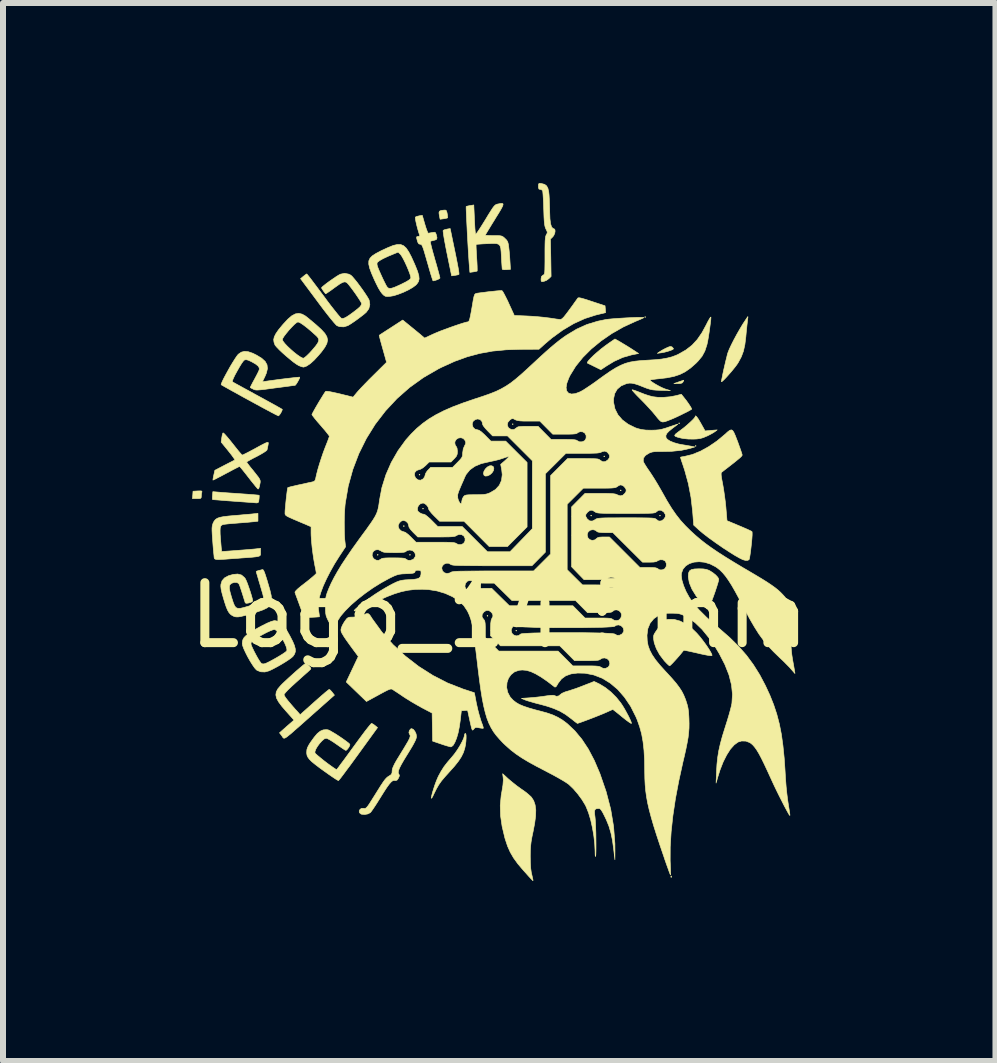
<source format=kicad_pcb>
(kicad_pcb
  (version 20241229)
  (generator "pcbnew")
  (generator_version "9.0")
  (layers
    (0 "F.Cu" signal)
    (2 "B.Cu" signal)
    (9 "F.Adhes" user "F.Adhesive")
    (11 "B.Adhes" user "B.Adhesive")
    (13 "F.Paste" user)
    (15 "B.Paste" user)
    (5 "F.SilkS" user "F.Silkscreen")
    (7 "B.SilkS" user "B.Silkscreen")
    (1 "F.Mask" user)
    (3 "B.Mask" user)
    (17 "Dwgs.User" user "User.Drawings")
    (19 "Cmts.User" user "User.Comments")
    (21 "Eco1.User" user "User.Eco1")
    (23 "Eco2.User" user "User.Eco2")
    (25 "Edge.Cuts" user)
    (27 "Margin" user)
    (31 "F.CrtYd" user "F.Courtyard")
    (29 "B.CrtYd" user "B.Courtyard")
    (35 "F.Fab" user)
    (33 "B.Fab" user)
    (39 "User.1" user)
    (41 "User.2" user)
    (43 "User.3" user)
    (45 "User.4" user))
  (footprint "Logo_14,5mm"
    (layer "F.Cu")
    (at 5.268 7.203)
    (property "Reference" "Logo_14,5mm" (at 0 0 0) (layer "F.SilkS") (effects (font (size 1 1) (thickness 0.15))))
    (attr exclude_from_pos_files exclude_from_bom)
    (fp_poly (pts (xy -2.017 -1.009) (xy -2.025 -1.001) (xy -2.032 -1.009) (xy -2.025 -1.016) (xy -2.017 -1.009)) (stroke (width 0.01) (type solid)) (fill yes) (layer "F.SilkS"))
    (fp_poly (pts (xy -1.582 -1.488) (xy -1.589 -1.48) (xy -1.597 -1.488) (xy -1.589 -1.495) (xy -1.582 -1.488)) (stroke (width 0.01) (type solid)) (fill yes) (layer "F.SilkS"))
    (fp_poly (pts (xy -1.48 -1.009) (xy -1.488 -1.001) (xy -1.495 -1.009) (xy -1.488 -1.016) (xy -1.48 -1.009)) (stroke (width 0.01) (type solid)) (fill yes) (layer "F.SilkS"))
    (fp_poly (pts (xy -1.321 -2.344) (xy -1.328 -2.337) (xy -1.335 -2.344) (xy -1.328 -2.351) (xy -1.321 -2.344)) (stroke (width 0.01) (type solid)) (fill yes) (layer "F.SilkS"))
    (fp_poly (pts (xy -1.263 -1.778) (xy -1.27 -1.771) (xy -1.277 -1.778) (xy -1.27 -1.785) (xy -1.263 -1.778)) (stroke (width 0.01) (type solid)) (fill yes) (layer "F.SilkS"))
    (fp_poly (pts (xy -0.189 0.007) (xy -0.196 0.015) (xy -0.203 0.007) (xy -0.196 0) (xy -0.189 0.007)) (stroke (width 0.01) (type solid)) (fill yes) (layer "F.SilkS"))
    (fp_poly (pts (xy 0.232 -3.186) (xy 0.225 -3.179) (xy 0.218 -3.186) (xy 0.225 -3.193) (xy 0.232 -3.186)) (stroke (width 0.01) (type solid)) (fill yes) (layer "F.SilkS"))
    (fp_poly (pts (xy 0.29 0.254) (xy 0.283 0.261) (xy 0.276 0.254) (xy 0.283 0.247) (xy 0.29 0.254)) (stroke (width 0.01) (type solid)) (fill yes) (layer "F.SilkS"))
    (fp_poly (pts (xy 1.539 -1.662) (xy 1.531 -1.655) (xy 1.524 -1.662) (xy 1.531 -1.669) (xy 1.539 -1.662)) (stroke (width 0.01) (type solid)) (fill yes) (layer "F.SilkS"))
    (fp_poly (pts (xy 1.756 -2.649) (xy 1.749 -2.642) (xy 1.742 -2.649) (xy 1.749 -2.656) (xy 1.756 -2.649)) (stroke (width 0.01) (type solid)) (fill yes) (layer "F.SilkS"))
    (fp_poly (pts (xy 2.032 -2.083) (xy 2.025 -2.076) (xy 2.017 -2.083) (xy 2.025 -2.09) (xy 2.032 -2.083)) (stroke (width 0.01) (type solid)) (fill yes) (layer "F.SilkS"))
    (fp_poly (pts (xy 2.438 -4.971) (xy 2.431 -4.964) (xy 2.424 -4.971) (xy 2.431 -4.978) (xy 2.438 -4.971)) (stroke (width 0.01) (type solid)) (fill yes) (layer "F.SilkS"))
    (fp_poly (pts (xy 2.685 -1.662) (xy 2.678 -1.655) (xy 2.671 -1.662) (xy 2.678 -1.669) (xy 2.685 -1.662)) (stroke (width 0.01) (type solid)) (fill yes) (layer "F.SilkS"))
    (fp_poly (pts (xy 3.004 -3.2) (xy 2.997 -3.193) (xy 2.99 -3.2) (xy 2.997 -3.208) (xy 3.004 -3.2)) (stroke (width 0.01) (type solid)) (fill yes) (layer "F.SilkS"))
    (fp_poly (pts (xy 3.28 -2.823) (xy 3.273 -2.816) (xy 3.266 -2.823) (xy 3.273 -2.83) (xy 3.28 -2.823)) (stroke (width 0.01) (type solid)) (fill yes) (layer "F.SilkS"))
    (fp_poly (pts (xy 2.869 4.345) (xy 2.871 4.362) (xy 2.869 4.364) (xy 2.86 4.362) (xy 2.859 4.354) (xy 2.865 4.342) (xy 2.869 4.345)) (stroke (width 0.01) (type solid)) (fill yes) (layer "F.SilkS"))
    (fp_poly (pts (xy 3.071 -3.908) (xy 3.063 -3.89) (xy 3.045 -3.871) (xy 3.015 -3.863) (xy 2.979 -3.861) (xy 2.91 -3.862) (xy 2.99 -3.89) (xy 3.033 -3.905) (xy 3.064 -3.915) (xy 3.074 -3.918) (xy 3.071 -3.908)) (stroke (width 0.01) (type solid)) (fill yes) (layer "F.SilkS"))
    (fp_poly (pts (xy -4.957 -2.071) (xy -4.953 -2.061) (xy -4.955 -2.053) (xy -4.962 -2.021) (xy -4.964 -1.987) (xy -4.966 -1.962) (xy -4.975 -1.95) (xy -5.001 -1.945) (xy -5.037 -1.945) (xy -5.111 -1.945) (xy -5.106 -2.007) (xy -5.102 -2.068) (xy -5.024 -2.073) (xy -4.979 -2.074) (xy -4.957 -2.071)) (stroke (width 0.01) (type solid)) (fill yes) (layer "F.SilkS"))
    (fp_poly (pts (xy -0.103 -2.483) (xy -0.091 -2.456) (xy -0.09 -2.449) (xy -0.097 -2.411) (xy -0.121 -2.374) (xy -0.156 -2.343) (xy -0.196 -2.324) (xy -0.232 -2.321) (xy -0.252 -2.332) (xy -0.263 -2.362) (xy -0.255 -2.399) (xy -0.232 -2.438) (xy -0.199 -2.471) (xy -0.161 -2.491) (xy -0.134 -2.494) (xy -0.103 -2.483)) (stroke (width 0.01) (type solid)) (fill yes) (layer "F.SilkS"))
    (fp_poly (pts (xy -0.882 -6.744) (xy -0.872 -6.717) (xy -0.867 -6.693) (xy -0.861 -6.654) (xy -0.86 -6.628) (xy -0.861 -6.623) (xy -0.879 -6.617) (xy -0.914 -6.61) (xy -0.927 -6.608) (xy -0.985 -6.6) (xy -0.998 -6.664) (xy -1.004 -6.708) (xy -0.996 -6.734) (xy -0.969 -6.746) (xy -0.93 -6.751) (xy -0.898 -6.753) (xy -0.882 -6.744)) (stroke (width 0.01) (type solid)) (fill yes) (layer "F.SilkS"))
    (fp_poly (pts (xy 2.877 -4.473) (xy 2.881 -4.471) (xy 2.899 -4.45) (xy 2.903 -4.441) (xy 2.89 -4.429) (xy 2.856 -4.415) (xy 2.808 -4.399) (xy 2.754 -4.385) (xy 2.702 -4.375) (xy 2.7 -4.375) (xy 2.634 -4.366) (xy 2.675 -4.394) (xy 2.712 -4.417) (xy 2.762 -4.444) (xy 2.787 -4.456) (xy 2.831 -4.475) (xy 2.858 -4.48) (xy 2.877 -4.473)) (stroke (width 0.01) (type solid)) (fill yes) (layer "F.SilkS"))
    (fp_poly (pts (xy -0.773 -6.23) (xy -0.742 -6.082) (xy -0.717 -5.96) (xy -0.698 -5.863) (xy -0.684 -5.789) (xy -0.675 -5.735) (xy -0.671 -5.701) (xy -0.671 -5.683) (xy -0.672 -5.681) (xy -0.69 -5.674) (xy -0.726 -5.667) (xy -0.736 -5.665) (xy -0.793 -5.657) (xy -0.87 -6.031) (xy -0.89 -6.131) (xy -0.907 -6.222) (xy -0.921 -6.3) (xy -0.93 -6.36) (xy -0.935 -6.4) (xy -0.934 -6.415) (xy -0.912 -6.425) (xy -0.876 -6.434) (xy -0.869 -6.436) (xy -0.817 -6.445) (xy -0.773 -6.23)) (stroke (width 0.01) (type solid)) (fill yes) (layer "F.SilkS"))
    (fp_poly (pts (xy 2.013 -4.557) (xy 2.066 -4.525) (xy 2.131 -4.486) (xy 2.196 -4.445) (xy 2.21 -4.436) (xy 2.322 -4.363) (xy 2.201 -4.339) (xy 2.058 -4.298) (xy 1.915 -4.233) (xy 1.791 -4.158) (xy 1.746 -4.128) (xy 1.711 -4.105) (xy 1.694 -4.094) (xy 1.693 -4.094) (xy 1.68 -4.1) (xy 1.647 -4.116) (xy 1.601 -4.139) (xy 1.582 -4.148) (xy 1.532 -4.173) (xy 1.492 -4.192) (xy 1.471 -4.203) (xy 1.468 -4.204) (xy 1.469 -4.218) (xy 1.489 -4.246) (xy 1.525 -4.285) (xy 1.574 -4.333) (xy 1.633 -4.385) (xy 1.697 -4.439) (xy 1.765 -4.491) (xy 1.829 -4.537) (xy 1.928 -4.605) (xy 2.013 -4.557)) (stroke (width 0.01) (type solid)) (fill yes) (layer "F.SilkS"))
    (fp_poly (pts (xy 3.288 -3.312) (xy 3.317 -3.272) (xy 3.356 -3.205) (xy 3.36 -3.198) (xy 3.43 -3.073) (xy 3.53 -3.082) (xy 3.631 -3.09) (xy 3.594 -3.061) (xy 3.563 -3.041) (xy 3.515 -3.014) (xy 3.461 -2.987) (xy 3.459 -2.987) (xy 3.401 -2.962) (xy 3.349 -2.947) (xy 3.291 -2.939) (xy 3.237 -2.937) (xy 3.151 -2.938) (xy 3.071 -2.946) (xy 3.029 -2.954) (xy 2.968 -2.97) (xy 2.933 -2.984) (xy 2.923 -2.999) (xy 2.938 -3.021) (xy 2.977 -3.052) (xy 3.015 -3.08) (xy 3.071 -3.122) (xy 3.128 -3.169) (xy 3.18 -3.216) (xy 3.224 -3.258) (xy 3.254 -3.291) (xy 3.266 -3.312) (xy 3.266 -3.312) (xy 3.271 -3.325) (xy 3.288 -3.312)) (stroke (width 0.01) (type solid)) (fill yes) (layer "F.SilkS"))
    (fp_poly (pts (xy -4.676 -2.053) (xy -4.63 -2.049) (xy -4.563 -2.044) (xy -4.479 -2.038) (xy -4.386 -2.032) (xy -4.291 -2.025) (xy -4.203 -2.019) (xy -4.126 -2.013) (xy -4.063 -2.008) (xy -4.02 -2.004) (xy -4 -2.001) (xy -4 -2.001) (xy -3.999 -1.985) (xy -4.001 -1.95) (xy -4.003 -1.934) (xy -4.008 -1.895) (xy -4.019 -1.878) (xy -4.04 -1.874) (xy -4.047 -1.874) (xy -4.072 -1.876) (xy -4.122 -1.88) (xy -4.191 -1.885) (xy -4.275 -1.891) (xy -4.37 -1.898) (xy -4.427 -1.902) (xy -4.523 -1.909) (xy -4.61 -1.916) (xy -4.682 -1.922) (xy -4.736 -1.926) (xy -4.768 -1.928) (xy -4.775 -1.929) (xy -4.779 -1.943) (xy -4.779 -1.976) (xy -4.777 -1.996) (xy -4.772 -2.061) (xy -4.676 -2.053)) (stroke (width 0.01) (type solid)) (fill yes) (layer "F.SilkS"))
    (fp_poly (pts (xy 3.329 -0.776) (xy 3.399 -0.774) (xy 3.449 -0.766) (xy 3.49 -0.752) (xy 3.505 -0.745) (xy 3.56 -0.71) (xy 3.607 -0.672) (xy 3.642 -0.634) (xy 3.657 -0.604) (xy 3.657 -0.6) (xy 3.653 -0.574) (xy 3.64 -0.528) (xy 3.621 -0.468) (xy 3.598 -0.398) (xy 3.573 -0.327) (xy 3.548 -0.259) (xy 3.526 -0.202) (xy 3.513 -0.171) (xy 3.493 -0.132) (xy 3.476 -0.107) (xy 3.469 -0.102) (xy 3.455 -0.112) (xy 3.427 -0.14) (xy 3.392 -0.179) (xy 3.381 -0.192) (xy 3.283 -0.32) (xy 3.211 -0.437) (xy 3.167 -0.543) (xy 3.15 -0.639) (xy 3.15 -0.651) (xy 3.154 -0.704) (xy 3.17 -0.74) (xy 3.201 -0.762) (xy 3.253 -0.773) (xy 3.328 -0.776) (xy 3.329 -0.776)) (stroke (width 0.01) (type solid)) (fill yes) (layer "F.SilkS"))
    (fp_poly (pts (xy 4.143 -4.965) (xy 4.139 -4.932) (xy 4.135 -4.895) (xy 4.129 -4.845) (xy 4.122 -4.777) (xy 4.114 -4.7) (xy 4.109 -4.643) (xy 4.093 -4.513) (xy 4.069 -4.403) (xy 4.033 -4.307) (xy 3.983 -4.214) (xy 3.971 -4.195) (xy 3.944 -4.157) (xy 3.907 -4.11) (xy 3.865 -4.059) (xy 3.821 -4.009) (xy 3.779 -3.962) (xy 3.742 -3.924) (xy 3.716 -3.9) (xy 3.703 -3.892) (xy 3.702 -3.894) (xy 3.704 -3.915) (xy 3.713 -3.959) (xy 3.725 -4.02) (xy 3.74 -4.09) (xy 3.757 -4.164) (xy 3.774 -4.236) (xy 3.79 -4.3) (xy 3.802 -4.35) (xy 3.81 -4.376) (xy 3.832 -4.432) (xy 3.867 -4.507) (xy 3.91 -4.592) (xy 3.959 -4.683) (xy 4.01 -4.772) (xy 4.059 -4.854) (xy 4.065 -4.863) (xy 4.098 -4.913) (xy 4.124 -4.952) (xy 4.139 -4.975) (xy 4.143 -4.978) (xy 4.143 -4.965)) (stroke (width 0.01) (type solid)) (fill yes) (layer "F.SilkS"))
    (fp_poly (pts (xy -0.557 1.973) (xy -0.552 2.002) (xy -0.552 2.046) (xy -0.555 2.1) (xy -0.562 2.156) (xy -0.573 2.21) (xy -0.574 2.214) (xy -0.597 2.286) (xy -0.632 2.357) (xy -0.68 2.43) (xy -0.745 2.512) (xy -0.83 2.607) (xy -0.83 2.607) (xy -0.904 2.689) (xy -0.962 2.758) (xy -1.008 2.823) (xy -1.047 2.891) (xy -1.085 2.968) (xy -1.092 2.982) (xy -1.111 3.023) (xy -1.126 3.045) (xy -1.132 3.047) (xy -1.132 3.046) (xy -1.127 3.012) (xy -1.114 2.958) (xy -1.094 2.892) (xy -1.071 2.822) (xy -1.046 2.755) (xy -1.022 2.699) (xy -1.014 2.681) (xy -0.968 2.597) (xy -0.92 2.521) (xy -0.861 2.445) (xy -0.789 2.361) (xy -0.743 2.305) (xy -0.697 2.24) (xy -0.655 2.172) (xy -0.619 2.106) (xy -0.593 2.05) (xy -0.581 2.009) (xy -0.581 2.002) (xy -0.574 1.975) (xy -0.566 1.967) (xy -0.557 1.973)) (stroke (width 0.01) (type solid)) (fill yes) (layer "F.SilkS"))
    (fp_poly (pts (xy 2.237 -3.754) (xy 2.278 -3.74) (xy 2.331 -3.72) (xy 2.355 -3.71) (xy 2.422 -3.684) (xy 2.492 -3.661) (xy 2.552 -3.645) (xy 2.562 -3.643) (xy 2.644 -3.633) (xy 2.743 -3.633) (xy 2.846 -3.642) (xy 2.941 -3.66) (xy 2.957 -3.664) (xy 3.034 -3.684) (xy 3.082 -3.624) (xy 3.119 -3.577) (xy 3.153 -3.529) (xy 3.182 -3.485) (xy 3.201 -3.452) (xy 3.207 -3.435) (xy 3.206 -3.435) (xy 3.182 -3.42) (xy 3.139 -3.396) (xy 3.082 -3.368) (xy 3.02 -3.337) (xy 2.959 -3.308) (xy 2.906 -3.284) (xy 2.88 -3.273) (xy 2.81 -3.245) (xy 2.76 -3.227) (xy 2.724 -3.222) (xy 2.696 -3.23) (xy 2.668 -3.254) (xy 2.633 -3.294) (xy 2.6 -3.336) (xy 2.55 -3.396) (xy 2.486 -3.466) (xy 2.417 -3.54) (xy 2.351 -3.607) (xy 2.348 -3.61) (xy 2.296 -3.662) (xy 2.254 -3.707) (xy 2.226 -3.739) (xy 2.214 -3.757) (xy 2.215 -3.759) (xy 2.237 -3.754)) (stroke (width 0.01) (type solid)) (fill yes) (layer "F.SilkS"))
    (fp_poly (pts (xy 0.155 2.728) (xy 0.215 2.778) (xy 0.286 2.835) (xy 0.356 2.886) (xy 0.375 2.899) (xy 0.432 2.939) (xy 0.484 2.981) (xy 0.523 3.016) (xy 0.536 3.029) (xy 0.574 3.088) (xy 0.598 3.159) (xy 0.609 3.243) (xy 0.606 3.345) (xy 0.59 3.467) (xy 0.564 3.603) (xy 0.544 3.697) (xy 0.531 3.774) (xy 0.523 3.845) (xy 0.518 3.922) (xy 0.517 4.013) (xy 0.519 4.123) (xy 0.524 4.211) (xy 0.534 4.283) (xy 0.542 4.317) (xy 0.553 4.366) (xy 0.561 4.403) (xy 0.563 4.42) (xy 0.562 4.421) (xy 0.552 4.412) (xy 0.526 4.385) (xy 0.487 4.343) (xy 0.439 4.289) (xy 0.402 4.248) (xy 0.311 4.141) (xy 0.24 4.043) (xy 0.184 3.947) (xy 0.139 3.846) (xy 0.101 3.732) (xy 0.094 3.709) (xy 0.048 3.516) (xy 0.022 3.337) (xy 0.017 3.167) (xy 0.033 2.998) (xy 0.045 2.932) (xy 0.062 2.827) (xy 0.068 2.746) (xy 0.066 2.709) (xy 0.057 2.638) (xy 0.155 2.728)) (stroke (width 0.01) (type solid)) (fill yes) (layer "F.SilkS"))
    (fp_poly (pts (xy 2.913 0.067) (xy 3.014 0.095) (xy 3.117 0.148) (xy 3.219 0.226) (xy 3.289 0.294) (xy 3.334 0.345) (xy 3.381 0.404) (xy 3.428 0.467) (xy 3.471 0.528) (xy 3.507 0.584) (xy 3.532 0.629) (xy 3.545 0.66) (xy 3.545 0.67) (xy 3.526 0.672) (xy 3.483 0.667) (xy 3.42 0.655) (xy 3.34 0.638) (xy 3.304 0.629) (xy 3.228 0.612) (xy 3.161 0.597) (xy 3.11 0.587) (xy 3.08 0.582) (xy 3.073 0.582) (xy 3.047 0.615) (xy 3.012 0.658) (xy 2.97 0.706) (xy 2.928 0.753) (xy 2.889 0.795) (xy 2.859 0.825) (xy 2.841 0.84) (xy 2.84 0.841) (xy 2.823 0.83) (xy 2.793 0.802) (xy 2.756 0.763) (xy 2.745 0.75) (xy 2.673 0.655) (xy 2.618 0.555) (xy 2.583 0.458) (xy 2.574 0.404) (xy 2.571 0.369) (xy 2.572 0.342) (xy 2.581 0.315) (xy 2.6 0.283) (xy 2.631 0.238) (xy 2.658 0.201) (xy 2.7 0.145) (xy 2.73 0.108) (xy 2.754 0.086) (xy 2.777 0.074) (xy 2.805 0.068) (xy 2.816 0.066) (xy 2.913 0.067)) (stroke (width 0.01) (type solid)) (fill yes) (layer "F.SilkS"))
    (fp_poly (pts (xy -1.239 -6.515) (xy -1.22 -6.454) (xy -1.202 -6.405) (xy -1.189 -6.375) (xy -1.182 -6.367) (xy -1.16 -6.371) (xy -1.122 -6.378) (xy -1.115 -6.379) (xy -1.08 -6.384) (xy -1.062 -6.376) (xy -1.051 -6.349) (xy -1.047 -6.335) (xy -1.037 -6.292) (xy -1.043 -6.267) (xy -1.067 -6.254) (xy -1.092 -6.248) (xy -1.127 -6.239) (xy -1.148 -6.233) (xy -1.148 -6.232) (xy -1.147 -6.218) (xy -1.139 -6.179) (xy -1.125 -6.121) (xy -1.105 -6.047) (xy -1.081 -5.963) (xy -1.073 -5.933) (xy -1.047 -5.844) (xy -1.025 -5.765) (xy -1.007 -5.699) (xy -0.994 -5.65) (xy -0.988 -5.624) (xy -0.987 -5.621) (xy -0.999 -5.609) (xy -1.029 -5.594) (xy -1.066 -5.581) (xy -1.099 -5.574) (xy -1.103 -5.574) (xy -1.109 -5.587) (xy -1.121 -5.624) (xy -1.139 -5.681) (xy -1.161 -5.755) (xy -1.185 -5.84) (xy -1.196 -5.878) (xy -1.225 -5.978) (xy -1.247 -6.054) (xy -1.264 -6.108) (xy -1.278 -6.145) (xy -1.289 -6.167) (xy -1.299 -6.179) (xy -1.31 -6.183) (xy -1.316 -6.183) (xy -1.34 -6.19) (xy -1.356 -6.215) (xy -1.364 -6.238) (xy -1.375 -6.281) (xy -1.377 -6.304) (xy -1.367 -6.312) (xy -1.348 -6.314) (xy -1.326 -6.32) (xy -1.325 -6.332) (xy -1.342 -6.382) (xy -1.359 -6.441) (xy -1.375 -6.502) (xy -1.388 -6.559) (xy -1.396 -6.604) (xy -1.398 -6.631) (xy -1.397 -6.636) (xy -1.374 -6.647) (xy -1.337 -6.656) (xy -1.333 -6.657) (xy -1.282 -6.665) (xy -1.239 -6.515)) (stroke (width 0.01) (type solid)) (fill yes) (layer "F.SilkS"))
    (fp_poly (pts (xy 1.679 1.149) (xy 1.769 1.204) (xy 1.862 1.278) (xy 1.95 1.366) (xy 2.024 1.458) (xy 2.056 1.506) (xy 2.091 1.564) (xy 2.125 1.626) (xy 2.157 1.686) (xy 2.182 1.739) (xy 2.199 1.78) (xy 2.203 1.801) (xy 2.203 1.801) (xy 2.191 1.797) (xy 2.161 1.778) (xy 2.117 1.746) (xy 2.064 1.704) (xy 2.048 1.691) (xy 1.993 1.646) (xy 1.946 1.608) (xy 1.911 1.581) (xy 1.894 1.568) (xy 1.893 1.568) (xy 1.879 1.573) (xy 1.844 1.588) (xy 1.796 1.61) (xy 1.775 1.619) (xy 1.734 1.637) (xy 1.677 1.66) (xy 1.61 1.687) (xy 1.538 1.715) (xy 1.467 1.742) (xy 1.402 1.766) (xy 1.35 1.785) (xy 1.314 1.797) (xy 1.302 1.8) (xy 1.289 1.791) (xy 1.259 1.769) (xy 1.218 1.736) (xy 1.196 1.719) (xy 1.105 1.651) (xy 1.011 1.596) (xy 0.908 1.551) (xy 0.789 1.511) (xy 0.691 1.484) (xy 0.612 1.464) (xy 0.539 1.443) (xy 0.478 1.425) (xy 0.436 1.411) (xy 0.429 1.408) (xy 0.37 1.383) (xy 0.514 1.373) (xy 0.595 1.366) (xy 0.683 1.356) (xy 0.763 1.345) (xy 0.782 1.342) (xy 0.852 1.333) (xy 0.899 1.331) (xy 0.921 1.336) (xy 0.952 1.349) (xy 0.989 1.343) (xy 1.018 1.32) (xy 1.045 1.299) (xy 1.097 1.276) (xy 1.147 1.261) (xy 1.206 1.242) (xy 1.282 1.217) (xy 1.362 1.187) (xy 1.418 1.165) (xy 1.581 1.101) (xy 1.679 1.149)) (stroke (width 0.01) (type solid)) (fill yes) (layer "F.SilkS"))
    (fp_poly (pts (xy -3.208 0.808) (xy -3.181 0.832) (xy -3.171 0.842) (xy -3.145 0.87) (xy -3.138 0.887) (xy -3.147 0.902) (xy -3.158 0.912) (xy -3.177 0.93) (xy -3.215 0.964) (xy -3.266 1.009) (xy -3.326 1.063) (xy -3.385 1.116) (xy -3.461 1.185) (xy -3.52 1.242) (xy -3.561 1.286) (xy -3.583 1.314) (xy -3.585 1.321) (xy -3.579 1.34) (xy -3.559 1.372) (xy -3.524 1.417) (xy -3.472 1.479) (xy -3.403 1.559) (xy -3.365 1.6) (xy -3.317 1.655) (xy -3.081 1.444) (xy -3.012 1.383) (xy -2.949 1.328) (xy -2.897 1.283) (xy -2.858 1.252) (xy -2.836 1.235) (xy -2.833 1.234) (xy -2.816 1.244) (xy -2.791 1.271) (xy -2.783 1.281) (xy -2.746 1.329) (xy -3.131 1.67) (xy -3.241 1.768) (xy -3.332 1.849) (xy -3.406 1.913) (xy -3.463 1.964) (xy -3.508 2) (xy -3.54 2.026) (xy -3.564 2.041) (xy -3.581 2.047) (xy -3.592 2.046) (xy -3.601 2.039) (xy -3.609 2.028) (xy -3.618 2.014) (xy -3.621 2.009) (xy -3.661 1.957) (xy -3.583 1.888) (xy -3.537 1.847) (xy -3.492 1.808) (xy -3.462 1.782) (xy -3.419 1.745) (xy -3.547 1.602) (xy -3.623 1.514) (xy -3.677 1.441) (xy -3.71 1.38) (xy -3.722 1.326) (xy -3.715 1.275) (xy -3.688 1.224) (xy -3.642 1.17) (xy -3.611 1.138) (xy -3.561 1.091) (xy -3.504 1.038) (xy -3.443 0.983) (xy -3.383 0.929) (xy -3.327 0.881) (xy -3.279 0.84) (xy -3.244 0.812) (xy -3.225 0.799) (xy -3.224 0.798) (xy -3.208 0.808)) (stroke (width 0.01) (type solid)) (fill yes) (layer "F.SilkS"))
    (fp_poly (pts (xy 0.692 -7.197) (xy 0.707 -7.194) (xy 0.756 -7.181) (xy 0.789 -7.156) (xy 0.811 -7.116) (xy 0.825 -7.054) (xy 0.83 -7.007) (xy 0.834 -6.94) (xy 0.837 -6.857) (xy 0.84 -6.77) (xy 0.841 -6.716) (xy 0.845 -6.607) (xy 0.855 -6.526) (xy 0.872 -6.472) (xy 0.895 -6.447) (xy 0.906 -6.444) (xy 0.925 -6.433) (xy 0.931 -6.404) (xy 0.925 -6.367) (xy 0.908 -6.328) (xy 0.891 -6.306) (xy 0.853 -6.269) (xy 0.859 -5.958) (xy 0.864 -5.647) (xy 0.827 -5.611) (xy 0.788 -5.582) (xy 0.744 -5.565) (xy 0.712 -5.56) (xy 0.699 -5.57) (xy 0.697 -5.6) (xy 0.697 -5.605) (xy 0.703 -5.644) (xy 0.724 -5.665) (xy 0.729 -5.668) (xy 0.74 -5.673) (xy 0.748 -5.682) (xy 0.754 -5.696) (xy 0.758 -5.721) (xy 0.76 -5.76) (xy 0.761 -5.816) (xy 0.762 -5.894) (xy 0.762 -5.995) (xy 0.762 -6.102) (xy 0.763 -6.183) (xy 0.765 -6.243) (xy 0.769 -6.286) (xy 0.774 -6.315) (xy 0.781 -6.335) (xy 0.785 -6.343) (xy 0.799 -6.368) (xy 0.8 -6.389) (xy 0.787 -6.42) (xy 0.779 -6.435) (xy 0.769 -6.458) (xy 0.761 -6.486) (xy 0.755 -6.521) (xy 0.75 -6.569) (xy 0.746 -6.636) (xy 0.743 -6.724) (xy 0.741 -6.777) (xy 0.738 -6.865) (xy 0.734 -6.945) (xy 0.73 -7.01) (xy 0.726 -7.056) (xy 0.722 -7.079) (xy 0.721 -7.079) (xy 0.698 -7.095) (xy 0.681 -7.097) (xy 0.662 -7.103) (xy 0.654 -7.126) (xy 0.653 -7.15) (xy 0.655 -7.184) (xy 0.665 -7.198) (xy 0.692 -7.197)) (stroke (width 0.01) (type solid)) (fill yes) (layer "F.SilkS"))
    (fp_poly (pts (xy -3.284 -5.019) (xy -3.232 -4.99) (xy -3.203 -4.968) (xy -3.159 -4.932) (xy -3.104 -4.886) (xy -3.046 -4.837) (xy -3.045 -4.836) (xy -2.964 -4.762) (xy -2.906 -4.699) (xy -2.872 -4.642) (xy -2.86 -4.588) (xy -2.872 -4.53) (xy -2.906 -4.466) (xy -2.962 -4.389) (xy -3.01 -4.333) (xy -3.083 -4.253) (xy -3.15 -4.193) (xy -3.209 -4.154) (xy -3.256 -4.137) (xy -3.264 -4.137) (xy -3.292 -4.143) (xy -3.331 -4.158) (xy -3.341 -4.162) (xy -3.379 -4.185) (xy -3.43 -4.221) (xy -3.489 -4.269) (xy -3.551 -4.321) (xy -3.612 -4.375) (xy -3.666 -4.426) (xy -3.708 -4.47) (xy -3.734 -4.501) (xy -3.737 -4.507) (xy -3.753 -4.552) (xy -3.758 -4.595) (xy -3.758 -4.595) (xy -3.614 -4.595) (xy -3.603 -4.569) (xy -3.573 -4.53) (xy -3.53 -4.484) (xy -3.477 -4.434) (xy -3.421 -4.385) (xy -3.366 -4.342) (xy -3.317 -4.308) (xy -3.279 -4.288) (xy -3.262 -4.284) (xy -3.24 -4.297) (xy -3.205 -4.327) (xy -3.161 -4.37) (xy -3.118 -4.417) (xy -3.062 -4.483) (xy -3.026 -4.533) (xy -3.008 -4.572) (xy -3.008 -4.604) (xy -3.024 -4.632) (xy -3.044 -4.654) (xy -3.128 -4.73) (xy -3.203 -4.793) (xy -3.267 -4.842) (xy -3.316 -4.874) (xy -3.349 -4.888) (xy -3.355 -4.889) (xy -3.379 -4.876) (xy -3.416 -4.845) (xy -3.459 -4.801) (xy -3.505 -4.751) (xy -3.548 -4.699) (xy -3.584 -4.652) (xy -3.607 -4.615) (xy -3.614 -4.595) (xy -3.758 -4.595) (xy -3.748 -4.64) (xy -3.723 -4.691) (xy -3.68 -4.754) (xy -3.618 -4.83) (xy -3.599 -4.852) (xy -3.523 -4.934) (xy -3.457 -4.991) (xy -3.397 -5.023) (xy -3.34 -5.032) (xy -3.284 -5.019)) (stroke (width 0.01) (type solid)) (fill yes) (layer "F.SilkS"))
    (fp_poly (pts (xy -1.643 -6.179) (xy -1.594 -6.159) (xy -1.55 -6.119) (xy -1.508 -6.057) (xy -1.463 -5.971) (xy -1.413 -5.86) (xy -1.395 -5.818) (xy -1.36 -5.729) (xy -1.34 -5.66) (xy -1.335 -5.606) (xy -1.345 -5.562) (xy -1.371 -5.523) (xy -1.391 -5.502) (xy -1.442 -5.464) (xy -1.513 -5.423) (xy -1.595 -5.384) (xy -1.68 -5.351) (xy -1.758 -5.326) (xy -1.818 -5.316) (xy -1.866 -5.313) (xy -1.897 -5.317) (xy -1.922 -5.332) (xy -1.949 -5.358) (xy -1.977 -5.395) (xy -2.013 -5.454) (xy -2.052 -5.532) (xy -2.082 -5.595) (xy -2.128 -5.701) (xy -2.159 -5.785) (xy -2.174 -5.852) (xy -2.174 -5.861) (xy -2.037 -5.861) (xy -2.035 -5.837) (xy -2.024 -5.801) (xy -2.003 -5.749) (xy -1.97 -5.675) (xy -1.969 -5.673) (xy -1.938 -5.605) (xy -1.908 -5.544) (xy -1.884 -5.497) (xy -1.867 -5.47) (xy -1.866 -5.469) (xy -1.848 -5.453) (xy -1.825 -5.447) (xy -1.792 -5.451) (xy -1.746 -5.466) (xy -1.682 -5.494) (xy -1.622 -5.522) (xy -1.549 -5.559) (xy -1.499 -5.59) (xy -1.475 -5.614) (xy -1.473 -5.618) (xy -1.475 -5.643) (xy -1.488 -5.688) (xy -1.51 -5.746) (xy -1.537 -5.811) (xy -1.567 -5.877) (xy -1.597 -5.937) (xy -1.625 -5.986) (xy -1.647 -6.017) (xy -1.65 -6.019) (xy -1.684 -6.052) (xy -1.753 -6.024) (xy -1.854 -5.982) (xy -1.935 -5.944) (xy -1.993 -5.911) (xy -2.027 -5.885) (xy -2.032 -5.878) (xy -2.037 -5.861) (xy -2.174 -5.861) (xy -2.173 -5.906) (xy -2.153 -5.951) (xy -2.115 -5.99) (xy -2.055 -6.029) (xy -1.975 -6.071) (xy -1.949 -6.084) (xy -1.849 -6.13) (xy -1.767 -6.163) (xy -1.699 -6.179) (xy -1.643 -6.179)) (stroke (width 0.01) (type solid)) (fill yes) (layer "F.SilkS"))
    (fp_poly (pts (xy 3.888 -3.081) (xy 3.909 -3.05) (xy 3.933 -2.996) (xy 3.963 -2.918) (xy 3.972 -2.896) (xy 3.998 -2.823) (xy 4.021 -2.758) (xy 4.038 -2.708) (xy 4.047 -2.677) (xy 4.048 -2.671) (xy 4.044 -2.661) (xy 4.031 -2.645) (xy 4.007 -2.622) (xy 3.968 -2.59) (xy 3.914 -2.546) (xy 3.841 -2.489) (xy 3.749 -2.418) (xy 3.708 -2.386) (xy 3.7 -2.376) (xy 3.697 -2.358) (xy 3.699 -2.326) (xy 3.706 -2.277) (xy 3.72 -2.205) (xy 3.723 -2.189) (xy 3.738 -2.102) (xy 3.753 -1.999) (xy 3.767 -1.892) (xy 3.777 -1.795) (xy 3.777 -1.792) (xy 3.795 -1.577) (xy 3.999 -1.492) (xy 4.07 -1.462) (xy 4.132 -1.435) (xy 4.179 -1.413) (xy 4.206 -1.4) (xy 4.211 -1.396) (xy 4.214 -1.378) (xy 4.214 -1.337) (xy 4.21 -1.279) (xy 4.204 -1.211) (xy 4.196 -1.139) (xy 4.188 -1.069) (xy 4.179 -1.007) (xy 4.171 -0.958) (xy 4.163 -0.93) (xy 4.16 -0.926) (xy 4.134 -0.915) (xy 4.102 -0.916) (xy 4.059 -0.928) (xy 4.004 -0.955) (xy 3.931 -0.996) (xy 3.854 -1.044) (xy 3.727 -1.126) (xy 3.606 -1.21) (xy 3.493 -1.291) (xy 3.396 -1.366) (xy 3.318 -1.432) (xy 3.308 -1.442) (xy 3.24 -1.504) (xy 3.223 -1.726) (xy 3.195 -1.968) (xy 3.151 -2.196) (xy 3.09 -2.418) (xy 3.078 -2.454) (xy 3.056 -2.521) (xy 3.037 -2.576) (xy 3.025 -2.616) (xy 3.019 -2.634) (xy 3.019 -2.634) (xy 3.032 -2.639) (xy 3.065 -2.645) (xy 3.085 -2.648) (xy 3.213 -2.679) (xy 3.35 -2.734) (xy 3.49 -2.811) (xy 3.629 -2.906) (xy 3.76 -3.015) (xy 3.805 -3.056) (xy 3.839 -3.082) (xy 3.866 -3.091) (xy 3.888 -3.081)) (stroke (width 0.01) (type solid)) (fill yes) (layer "F.SilkS"))
    (fp_poly (pts (xy -4.02 -1.569) (xy -4.082 -1.561) (xy -4.119 -1.558) (xy -4.178 -1.552) (xy -4.251 -1.546) (xy -4.331 -1.54) (xy -4.354 -1.538) (xy -4.432 -1.532) (xy -4.502 -1.526) (xy -4.557 -1.52) (xy -4.592 -1.515) (xy -4.598 -1.514) (xy -4.622 -1.505) (xy -4.638 -1.489) (xy -4.648 -1.461) (xy -4.651 -1.417) (xy -4.65 -1.353) (xy -4.643 -1.264) (xy -4.643 -1.26) (xy -4.637 -1.189) (xy -4.632 -1.129) (xy -4.627 -1.086) (xy -4.625 -1.065) (xy -4.625 -1.064) (xy -4.61 -1.065) (xy -4.572 -1.067) (xy -4.516 -1.071) (xy -4.446 -1.076) (xy -4.368 -1.082) (xy -4.288 -1.088) (xy -4.21 -1.094) (xy -4.14 -1.1) (xy -4.083 -1.105) (xy -4.044 -1.109) (xy -4.039 -1.11) (xy -3.977 -1.117) (xy -3.977 -1.052) (xy -3.977 -1.03) (xy -3.977 -1.013) (xy -3.983 -0.999) (xy -3.996 -0.989) (xy -4.021 -0.981) (xy -4.06 -0.975) (xy -4.116 -0.969) (xy -4.193 -0.963) (xy -4.294 -0.956) (xy -4.354 -0.951) (xy -4.471 -0.943) (xy -4.562 -0.936) (xy -4.63 -0.932) (xy -4.679 -0.93) (xy -4.712 -0.932) (xy -4.733 -0.937) (xy -4.744 -0.945) (xy -4.749 -0.958) (xy -4.751 -0.975) (xy -4.752 -0.991) (xy -4.756 -1.028) (xy -4.762 -1.086) (xy -4.768 -1.159) (xy -4.774 -1.24) (xy -4.776 -1.263) (xy -4.782 -1.349) (xy -4.785 -1.411) (xy -4.785 -1.456) (xy -4.781 -1.49) (xy -4.774 -1.517) (xy -4.769 -1.533) (xy -4.751 -1.569) (xy -4.729 -1.596) (xy -4.699 -1.617) (xy -4.655 -1.633) (xy -4.594 -1.645) (xy -4.511 -1.655) (xy -4.422 -1.663) (xy -4.335 -1.67) (xy -4.251 -1.678) (xy -4.177 -1.684) (xy -4.122 -1.689) (xy -4.104 -1.691) (xy -4.02 -1.7) (xy -4.02 -1.569)) (stroke (width 0.01) (type solid)) (fill yes) (layer "F.SilkS"))
    (fp_poly (pts (xy -1.431 1.9) (xy -1.405 1.933) (xy -1.385 1.976) (xy -1.379 2.017) (xy -1.382 2.041) (xy -1.392 2.072) (xy -1.412 2.113) (xy -1.442 2.169) (xy -1.485 2.241) (xy -1.531 2.316) (xy -1.59 2.412) (xy -1.633 2.487) (xy -1.662 2.544) (xy -1.678 2.587) (xy -1.683 2.618) (xy -1.677 2.64) (xy -1.669 2.651) (xy -1.663 2.673) (xy -1.679 2.711) (xy -1.679 2.712) (xy -1.702 2.744) (xy -1.725 2.753) (xy -1.737 2.751) (xy -1.758 2.75) (xy -1.78 2.759) (xy -1.805 2.78) (xy -1.836 2.816) (xy -1.875 2.87) (xy -1.923 2.944) (xy -1.98 3.035) (xy -2.026 3.109) (xy -2.069 3.176) (xy -2.106 3.231) (xy -2.133 3.269) (xy -2.147 3.286) (xy -2.188 3.308) (xy -2.242 3.318) (xy -2.294 3.313) (xy -2.304 3.309) (xy -2.329 3.288) (xy -2.333 3.259) (xy -2.319 3.232) (xy -2.293 3.215) (xy -2.262 3.215) (xy -2.244 3.218) (xy -2.229 3.215) (xy -2.212 3.203) (xy -2.191 3.179) (xy -2.163 3.139) (xy -2.126 3.08) (xy -2.083 3.012) (xy -2.023 2.916) (xy -1.976 2.841) (xy -1.939 2.785) (xy -1.91 2.744) (xy -1.886 2.716) (xy -1.865 2.696) (xy -1.845 2.682) (xy -1.836 2.677) (xy -1.802 2.654) (xy -1.787 2.628) (xy -1.785 2.601) (xy -1.783 2.576) (xy -1.777 2.549) (xy -1.763 2.515) (xy -1.742 2.471) (xy -1.71 2.414) (xy -1.665 2.341) (xy -1.607 2.246) (xy -1.603 2.24) (xy -1.554 2.158) (xy -1.518 2.097) (xy -1.496 2.053) (xy -1.485 2.022) (xy -1.484 2) (xy -1.491 1.984) (xy -1.497 1.977) (xy -1.505 1.952) (xy -1.497 1.92) (xy -1.478 1.894) (xy -1.46 1.887) (xy -1.431 1.9)) (stroke (width 0.01) (type solid)) (fill yes) (layer "F.SilkS"))
    (fp_poly (pts (xy -3.682 0.099) (xy -3.627 0.134) (xy -3.574 0.196) (xy -3.544 0.242) (xy -3.485 0.348) (xy -3.441 0.434) (xy -3.412 0.503) (xy -3.398 0.559) (xy -3.397 0.605) (xy -3.41 0.644) (xy -3.434 0.68) (xy -3.439 0.686) (xy -3.467 0.71) (xy -3.515 0.744) (xy -3.577 0.784) (xy -3.647 0.826) (xy -3.719 0.866) (xy -3.786 0.901) (xy -3.837 0.925) (xy -3.905 0.943) (xy -3.974 0.94) (xy -4.033 0.917) (xy -4.047 0.907) (xy -4.076 0.875) (xy -4.112 0.823) (xy -4.152 0.759) (xy -4.192 0.688) (xy -4.228 0.617) (xy -4.257 0.554) (xy -4.275 0.505) (xy -4.278 0.49) (xy -4.279 0.474) (xy -4.137 0.474) (xy -4.13 0.501) (xy -4.111 0.544) (xy -4.085 0.598) (xy -4.054 0.657) (xy -4.023 0.713) (xy -3.994 0.76) (xy -3.97 0.793) (xy -3.959 0.803) (xy -3.939 0.809) (xy -3.918 0.808) (xy -3.89 0.8) (xy -3.85 0.781) (xy -3.794 0.752) (xy -3.727 0.715) (xy -3.662 0.677) (xy -3.606 0.642) (xy -3.564 0.613) (xy -3.541 0.593) (xy -3.539 0.59) (xy -3.538 0.562) (xy -3.551 0.517) (xy -3.575 0.461) (xy -3.607 0.4) (xy -3.643 0.342) (xy -3.679 0.29) (xy -3.713 0.253) (xy -3.74 0.235) (xy -3.742 0.235) (xy -3.769 0.24) (xy -3.815 0.257) (xy -3.874 0.284) (xy -3.916 0.306) (xy -3.997 0.35) (xy -4.056 0.384) (xy -4.096 0.41) (xy -4.12 0.431) (xy -4.132 0.45) (xy -4.136 0.47) (xy -4.137 0.474) (xy -4.279 0.474) (xy -4.28 0.446) (xy -4.272 0.407) (xy -4.251 0.369) (xy -4.214 0.332) (xy -4.16 0.291) (xy -4.085 0.245) (xy -3.987 0.191) (xy -3.943 0.168) (xy -3.865 0.129) (xy -3.8 0.102) (xy -3.754 0.089) (xy -3.741 0.087) (xy -3.682 0.099)) (stroke (width 0.01) (type solid)) (fill yes) (layer "F.SilkS"))
    (fp_poly (pts (xy -2.107 1.809) (xy -2.076 1.83) (xy -2.07 1.835) (xy -2.028 1.87) (xy -2.346 2.309) (xy -2.418 2.408) (xy -2.485 2.5) (xy -2.546 2.581) (xy -2.597 2.65) (xy -2.637 2.703) (xy -2.665 2.738) (xy -2.678 2.752) (xy -2.678 2.753) (xy -2.694 2.746) (xy -2.729 2.725) (xy -2.78 2.691) (xy -2.841 2.649) (xy -2.903 2.605) (xy -2.997 2.537) (xy -3.07 2.481) (xy -3.124 2.437) (xy -3.162 2.399) (xy -3.186 2.367) (xy -3.201 2.337) (xy -3.207 2.306) (xy -3.208 2.281) (xy -3.205 2.238) (xy -3.193 2.2) (xy -3.17 2.156) (xy -3.146 2.118) (xy -3.084 2.032) (xy -3.031 1.969) (xy -2.981 1.929) (xy -2.932 1.908) (xy -2.881 1.904) (xy -2.853 1.907) (xy -2.826 1.918) (xy -2.783 1.943) (xy -2.727 1.976) (xy -2.667 2.015) (xy -2.607 2.056) (xy -2.554 2.094) (xy -2.513 2.125) (xy -2.49 2.147) (xy -2.489 2.149) (xy -2.491 2.168) (xy -2.506 2.198) (xy -2.528 2.228) (xy -2.548 2.247) (xy -2.555 2.25) (xy -2.572 2.242) (xy -2.606 2.22) (xy -2.654 2.187) (xy -2.71 2.148) (xy -2.768 2.108) (xy -2.82 2.076) (xy -2.861 2.054) (xy -2.884 2.047) (xy -2.915 2.058) (xy -2.953 2.09) (xy -2.992 2.133) (xy -3.029 2.183) (xy -3.057 2.231) (xy -3.071 2.272) (xy -3.07 2.292) (xy -3.057 2.308) (xy -3.025 2.336) (xy -2.979 2.374) (xy -2.926 2.417) (xy -2.869 2.461) (xy -2.813 2.502) (xy -2.765 2.536) (xy -2.729 2.56) (xy -2.709 2.569) (xy -2.709 2.569) (xy -2.699 2.558) (xy -2.674 2.526) (xy -2.637 2.475) (xy -2.588 2.41) (xy -2.531 2.332) (xy -2.467 2.244) (xy -2.423 2.184) (xy -2.356 2.092) (xy -2.293 2.007) (xy -2.238 1.933) (xy -2.191 1.873) (xy -2.156 1.83) (xy -2.134 1.805) (xy -2.128 1.8) (xy -2.107 1.809)) (stroke (width 0.01) (type solid)) (fill yes) (layer "F.SilkS"))
    (fp_poly (pts (xy -4.588 -3.033) (xy -4.561 -3.005) (xy -4.523 -2.961) (xy -4.477 -2.905) (xy -4.441 -2.86) (xy -4.391 -2.797) (xy -4.347 -2.742) (xy -4.312 -2.701) (xy -4.289 -2.676) (xy -4.282 -2.671) (xy -4.265 -2.677) (xy -4.228 -2.695) (xy -4.175 -2.722) (xy -4.111 -2.756) (xy -4.083 -2.771) (xy -3.999 -2.817) (xy -3.937 -2.85) (xy -3.894 -2.871) (xy -3.867 -2.882) (xy -3.852 -2.882) (xy -3.847 -2.873) (xy -3.849 -2.857) (xy -3.852 -2.836) (xy -3.861 -2.793) (xy -3.868 -2.76) (xy -3.869 -2.756) (xy -3.884 -2.741) (xy -3.92 -2.716) (xy -3.972 -2.685) (xy -4.034 -2.651) (xy -4.042 -2.647) (xy -4.105 -2.615) (xy -4.156 -2.587) (xy -4.193 -2.566) (xy -4.209 -2.555) (xy -4.209 -2.554) (xy -4.2 -2.541) (xy -4.177 -2.509) (xy -4.142 -2.464) (xy -4.098 -2.411) (xy -4.092 -2.403) (xy -4.044 -2.342) (xy -4.011 -2.3) (xy -3.992 -2.269) (xy -3.983 -2.245) (xy -3.982 -2.224) (xy -3.984 -2.207) (xy -3.996 -2.148) (xy -4.006 -2.116) (xy -4.017 -2.105) (xy -4.018 -2.105) (xy -4.03 -2.116) (xy -4.056 -2.146) (xy -4.093 -2.192) (xy -4.139 -2.249) (xy -4.173 -2.293) (xy -4.222 -2.356) (xy -4.265 -2.41) (xy -4.299 -2.452) (xy -4.32 -2.476) (xy -4.326 -2.482) (xy -4.341 -2.475) (xy -4.377 -2.457) (xy -4.43 -2.43) (xy -4.495 -2.395) (xy -4.55 -2.366) (xy -4.621 -2.328) (xy -4.683 -2.296) (xy -4.731 -2.271) (xy -4.761 -2.257) (xy -4.77 -2.254) (xy -4.769 -2.269) (xy -4.763 -2.304) (xy -4.756 -2.337) (xy -4.738 -2.417) (xy -4.579 -2.5) (xy -4.517 -2.532) (xy -4.464 -2.559) (xy -4.425 -2.579) (xy -4.406 -2.588) (xy -4.406 -2.588) (xy -4.409 -2.6) (xy -4.429 -2.63) (xy -4.461 -2.674) (xy -4.503 -2.727) (xy -4.513 -2.74) (xy -4.633 -2.887) (xy -4.623 -2.96) (xy -4.615 -3.004) (xy -4.606 -3.034) (xy -4.601 -3.041) (xy -4.588 -3.033)) (stroke (width 0.01) (type solid)) (fill yes) (layer "F.SilkS"))
    (fp_poly (pts (xy -2.18 -0.027) (xy -2.159 -0.009) (xy -2.134 0.028) (xy -2.117 0.055) (xy -1.955 0.278) (xy -1.77 0.487) (xy -1.565 0.678) (xy -1.343 0.85) (xy -1.107 1) (xy -0.86 1.127) (xy -0.604 1.227) (xy -0.588 1.232) (xy -0.414 1.289) (xy -0.402 1.352) (xy -0.381 1.463) (xy -0.357 1.571) (xy -0.331 1.669) (xy -0.307 1.749) (xy -0.295 1.783) (xy -0.277 1.83) (xy -0.267 1.865) (xy -0.265 1.881) (xy -0.265 1.881) (xy -0.282 1.882) (xy -0.317 1.877) (xy -0.334 1.874) (xy -0.375 1.867) (xy -0.399 1.87) (xy -0.419 1.887) (xy -0.422 1.892) (xy -0.434 1.906) (xy -0.443 1.912) (xy -0.45 1.907) (xy -0.458 1.887) (xy -0.468 1.849) (xy -0.482 1.788) (xy -0.495 1.73) (xy -0.527 1.581) (xy -0.631 1.589) (xy -0.649 1.748) (xy -0.665 1.858) (xy -0.685 1.958) (xy -0.71 2.044) (xy -0.738 2.114) (xy -0.766 2.163) (xy -0.795 2.188) (xy -0.809 2.191) (xy -0.833 2.185) (xy -0.877 2.173) (xy -0.934 2.155) (xy -0.972 2.142) (xy -1.11 2.095) (xy -1.114 1.861) (xy -1.118 1.628) (xy -1.286 1.54) (xy -1.368 1.494) (xy -1.458 1.442) (xy -1.544 1.389) (xy -1.598 1.354) (xy -1.658 1.313) (xy -1.712 1.277) (xy -1.754 1.25) (xy -1.776 1.235) (xy -1.79 1.228) (xy -1.807 1.227) (xy -1.83 1.233) (xy -1.863 1.247) (xy -1.912 1.272) (xy -1.981 1.309) (xy -2.01 1.325) (xy -2.212 1.435) (xy -2.38 1.273) (xy -2.549 1.11) (xy -2.348 0.685) (xy -2.449 0.549) (xy -2.495 0.486) (xy -2.541 0.422) (xy -2.579 0.367) (xy -2.598 0.336) (xy -2.624 0.292) (xy -2.636 0.261) (xy -2.637 0.234) (xy -2.63 0.206) (xy -2.611 0.161) (xy -2.582 0.111) (xy -2.568 0.091) (xy -2.542 0.056) (xy -2.519 0.038) (xy -2.49 0.03) (xy -2.444 0.029) (xy -2.437 0.029) (xy -2.378 0.025) (xy -2.323 0.015) (xy -2.296 0.006) (xy -2.241 -0.018) (xy -2.205 -0.03) (xy -2.18 -0.027)) (stroke (width 0.01) (type solid)) (fill yes) (layer "F.SilkS"))
    (fp_poly (pts (xy -2.506 -5.685) (xy -2.473 -5.668) (xy -2.449 -5.646) (xy -2.413 -5.604) (xy -2.369 -5.55) (xy -2.322 -5.487) (xy -2.274 -5.421) (xy -2.231 -5.358) (xy -2.196 -5.304) (xy -2.172 -5.263) (xy -2.167 -5.25) (xy -2.156 -5.178) (xy -2.173 -5.109) (xy -2.215 -5.051) (xy -2.217 -5.049) (xy -2.255 -5.016) (xy -2.308 -4.975) (xy -2.368 -4.93) (xy -2.429 -4.887) (xy -2.482 -4.852) (xy -2.52 -4.829) (xy -2.521 -4.828) (xy -2.59 -4.807) (xy -2.661 -4.811) (xy -2.704 -4.827) (xy -2.723 -4.845) (xy -2.757 -4.883) (xy -2.804 -4.939) (xy -2.861 -5.011) (xy -2.927 -5.096) (xy -2.999 -5.192) (xy -3.027 -5.23) (xy -3.31 -5.61) (xy -3.263 -5.649) (xy -3.231 -5.674) (xy -3.211 -5.688) (xy -3.207 -5.689) (xy -3.197 -5.678) (xy -3.171 -5.646) (xy -3.133 -5.597) (xy -3.084 -5.532) (xy -3.027 -5.456) (xy -2.963 -5.37) (xy -2.931 -5.328) (xy -2.864 -5.237) (xy -2.801 -5.154) (xy -2.744 -5.082) (xy -2.696 -5.022) (xy -2.66 -4.979) (xy -2.637 -4.955) (xy -2.633 -4.951) (xy -2.612 -4.946) (xy -2.587 -4.951) (xy -2.553 -4.967) (xy -2.506 -4.997) (xy -2.442 -5.043) (xy -2.417 -5.062) (xy -2.359 -5.107) (xy -2.322 -5.14) (xy -2.302 -5.166) (xy -2.294 -5.189) (xy -2.293 -5.197) (xy -2.302 -5.216) (xy -2.324 -5.253) (xy -2.356 -5.302) (xy -2.394 -5.358) (xy -2.435 -5.415) (xy -2.474 -5.467) (xy -2.508 -5.51) (xy -2.532 -5.537) (xy -2.537 -5.541) (xy -2.559 -5.554) (xy -2.583 -5.556) (xy -2.613 -5.546) (xy -2.655 -5.523) (xy -2.712 -5.483) (xy -2.75 -5.456) (xy -2.804 -5.416) (xy -2.849 -5.385) (xy -2.881 -5.364) (xy -2.894 -5.358) (xy -2.894 -5.358) (xy -2.904 -5.372) (xy -2.925 -5.399) (xy -2.929 -5.405) (xy -2.95 -5.436) (xy -2.961 -5.456) (xy -2.961 -5.458) (xy -2.95 -5.472) (xy -2.919 -5.498) (xy -2.876 -5.532) (xy -2.824 -5.57) (xy -2.769 -5.608) (xy -2.718 -5.643) (xy -2.674 -5.67) (xy -2.645 -5.685) (xy -2.575 -5.699) (xy -2.506 -5.685)) (stroke (width 0.01) (type solid)) (fill yes) (layer "F.SilkS"))
    (fp_poly (pts (xy -3.936 -0.761) (xy -3.925 -0.746) (xy -3.911 -0.716) (xy -3.894 -0.666) (xy -3.871 -0.594) (xy -3.854 -0.536) (xy -3.821 -0.423) (xy -3.8 -0.333) (xy -3.792 -0.261) (xy -3.8 -0.205) (xy -3.825 -0.161) (xy -3.869 -0.124) (xy -3.935 -0.092) (xy -4.026 -0.06) (xy -4.142 -0.025) (xy -4.149 -0.023) (xy -4.237 0.002) (xy -4.302 0.018) (xy -4.351 0.026) (xy -4.388 0.025) (xy -4.418 0.018) (xy -4.447 0.003) (xy -4.452 0.001) (xy -4.48 -0.02) (xy -4.504 -0.048) (xy -4.526 -0.086) (xy -4.549 -0.141) (xy -4.574 -0.216) (xy -4.596 -0.289) (xy -4.62 -0.374) (xy -4.634 -0.437) (xy -4.639 -0.485) (xy -4.637 -0.517) (xy -4.618 -0.577) (xy -4.577 -0.624) (xy -4.513 -0.659) (xy -4.434 -0.682) (xy -4.357 -0.689) (xy -4.294 -0.672) (xy -4.244 -0.629) (xy -4.231 -0.612) (xy -4.216 -0.581) (xy -4.195 -0.53) (xy -4.173 -0.467) (xy -4.15 -0.4) (xy -4.13 -0.336) (xy -4.115 -0.282) (xy -4.108 -0.246) (xy -4.108 -0.24) (xy -4.12 -0.226) (xy -4.149 -0.213) (xy -4.185 -0.204) (xy -4.216 -0.201) (xy -4.232 -0.209) (xy -4.238 -0.229) (xy -4.251 -0.27) (xy -4.268 -0.325) (xy -4.282 -0.369) (xy -4.302 -0.431) (xy -4.32 -0.484) (xy -4.335 -0.52) (xy -4.342 -0.532) (xy -4.372 -0.548) (xy -4.415 -0.549) (xy -4.458 -0.535) (xy -4.467 -0.529) (xy -4.487 -0.51) (xy -4.496 -0.483) (xy -4.496 -0.445) (xy -4.485 -0.39) (xy -4.464 -0.315) (xy -4.455 -0.286) (xy -4.432 -0.214) (xy -4.411 -0.163) (xy -4.388 -0.131) (xy -4.357 -0.117) (xy -4.314 -0.117) (xy -4.254 -0.131) (xy -4.172 -0.155) (xy -4.159 -0.159) (xy -4.086 -0.183) (xy -4.022 -0.206) (xy -3.973 -0.227) (xy -3.945 -0.243) (xy -3.944 -0.244) (xy -3.933 -0.256) (xy -3.927 -0.268) (xy -3.926 -0.286) (xy -3.93 -0.314) (xy -3.94 -0.356) (xy -3.958 -0.417) (xy -3.982 -0.5) (xy -4.005 -0.576) (xy -4.024 -0.642) (xy -4.039 -0.693) (xy -4.048 -0.724) (xy -4.049 -0.731) (xy -4.037 -0.738) (xy -4.01 -0.747) (xy -3.971 -0.756) (xy -3.946 -0.763) (xy -3.936 -0.761)) (stroke (width 0.01) (type solid)) (fill yes) (layer "F.SilkS"))
    (fp_poly (pts (xy 0.061 -6.859) (xy 0.064 -6.843) (xy 0.054 -6.814) (xy 0.03 -6.768) (xy -0.008 -6.704) (xy -0.061 -6.619) (xy -0.072 -6.6) (xy -0.12 -6.523) (xy -0.162 -6.454) (xy -0.196 -6.398) (xy -0.22 -6.358) (xy -0.232 -6.337) (xy -0.232 -6.335) (xy -0.219 -6.332) (xy -0.183 -6.33) (xy -0.13 -6.328) (xy -0.094 -6.328) (xy -0.03 -6.328) (xy 0.014 -6.325) (xy 0.043 -6.319) (xy 0.065 -6.307) (xy 0.089 -6.287) (xy 0.095 -6.281) (xy 0.124 -6.252) (xy 0.141 -6.223) (xy 0.152 -6.184) (xy 0.159 -6.132) (xy 0.166 -6.068) (xy 0.173 -5.99) (xy 0.178 -5.912) (xy 0.179 -5.898) (xy 0.187 -5.765) (xy 0.121 -5.76) (xy 0.08 -5.759) (xy 0.054 -5.765) (xy 0.05 -5.769) (xy 0.048 -5.789) (xy 0.045 -5.831) (xy 0.041 -5.89) (xy 0.037 -5.96) (xy 0.037 -5.965) (xy 0.032 -6.053) (xy 0.026 -6.116) (xy 0.013 -6.158) (xy -0.01 -6.183) (xy -0.047 -6.195) (xy -0.103 -6.197) (xy -0.181 -6.194) (xy -0.201 -6.193) (xy -0.27 -6.19) (xy -0.327 -6.186) (xy -0.368 -6.183) (xy -0.385 -6.18) (xy -0.385 -6.18) (xy -0.386 -6.165) (xy -0.385 -6.126) (xy -0.382 -6.068) (xy -0.378 -5.997) (xy -0.376 -5.96) (xy -0.371 -5.884) (xy -0.368 -5.819) (xy -0.367 -5.77) (xy -0.367 -5.742) (xy -0.368 -5.737) (xy -0.386 -5.731) (xy -0.421 -5.725) (xy -0.432 -5.723) (xy -0.489 -5.715) (xy -0.498 -5.822) (xy -0.503 -5.884) (xy -0.508 -5.963) (xy -0.514 -6.054) (xy -0.52 -6.155) (xy -0.526 -6.26) (xy -0.532 -6.367) (xy -0.537 -6.471) (xy -0.542 -6.568) (xy -0.546 -6.654) (xy -0.549 -6.725) (xy -0.551 -6.778) (xy -0.551 -6.807) (xy -0.551 -6.812) (xy -0.534 -6.818) (xy -0.499 -6.826) (xy -0.484 -6.828) (xy -0.424 -6.838) (xy -0.413 -6.598) (xy -0.409 -6.517) (xy -0.405 -6.447) (xy -0.4 -6.393) (xy -0.395 -6.359) (xy -0.392 -6.35) (xy -0.382 -6.36) (xy -0.359 -6.391) (xy -0.326 -6.44) (xy -0.286 -6.503) (xy -0.24 -6.577) (xy -0.23 -6.593) (xy -0.179 -6.678) (xy -0.139 -6.741) (xy -0.11 -6.786) (xy -0.087 -6.816) (xy -0.068 -6.835) (xy -0.051 -6.846) (xy -0.032 -6.852) (xy -0.021 -6.854) (xy 0.018 -6.862) (xy 0.045 -6.864) (xy 0.061 -6.859)) (stroke (width 0.01) (type solid)) (fill yes) (layer "F.SilkS"))
    (fp_poly (pts (xy -4.182 -4.393) (xy -4.106 -4.367) (xy -4.042 -4.335) (xy -3.957 -4.283) (xy -3.9 -4.231) (xy -3.869 -4.175) (xy -3.862 -4.112) (xy -3.879 -4.039) (xy -3.903 -3.982) (xy -3.946 -3.892) (xy -3.9 -3.899) (xy -3.815 -3.911) (xy -3.725 -3.923) (xy -3.634 -3.935) (xy -3.547 -3.946) (xy -3.468 -3.955) (xy -3.402 -3.963) (xy -3.354 -3.967) (xy -3.328 -3.969) (xy -3.325 -3.969) (xy -3.327 -3.953) (xy -3.341 -3.923) (xy -3.361 -3.887) (xy -3.382 -3.854) (xy -3.399 -3.834) (xy -3.404 -3.832) (xy -3.422 -3.83) (xy -3.464 -3.825) (xy -3.527 -3.816) (xy -3.605 -3.806) (xy -3.694 -3.794) (xy -3.735 -3.789) (xy -3.839 -3.775) (xy -3.919 -3.764) (xy -3.978 -3.758) (xy -4.02 -3.755) (xy -4.05 -3.755) (xy -4.071 -3.758) (xy -4.089 -3.764) (xy -4.098 -3.769) (xy -4.13 -3.785) (xy -4.147 -3.795) (xy -4.148 -3.796) (xy -4.144 -3.809) (xy -4.127 -3.842) (xy -4.102 -3.89) (xy -4.081 -3.928) (xy -4.05 -3.986) (xy -4.023 -4.038) (xy -4.005 -4.077) (xy -3.999 -4.09) (xy -3.998 -4.123) (xy -4.018 -4.155) (xy -4.061 -4.189) (xy -4.128 -4.227) (xy -4.18 -4.251) (xy -4.215 -4.26) (xy -4.24 -4.257) (xy -4.244 -4.256) (xy -4.264 -4.237) (xy -4.293 -4.197) (xy -4.328 -4.14) (xy -4.367 -4.071) (xy -4.406 -4) (xy -4.43 -3.949) (xy -4.443 -3.916) (xy -4.445 -3.897) (xy -4.44 -3.888) (xy -4.422 -3.878) (xy -4.383 -3.856) (xy -4.324 -3.824) (xy -4.25 -3.783) (xy -4.163 -3.736) (xy -4.067 -3.683) (xy -4.017 -3.656) (xy -3.918 -3.602) (xy -3.829 -3.553) (xy -3.751 -3.51) (xy -3.687 -3.474) (xy -3.642 -3.449) (xy -3.618 -3.434) (xy -3.614 -3.432) (xy -3.621 -3.409) (xy -3.637 -3.377) (xy -3.657 -3.346) (xy -3.674 -3.327) (xy -3.678 -3.324) (xy -3.694 -3.331) (xy -3.733 -3.35) (xy -3.791 -3.38) (xy -3.865 -3.42) (xy -3.953 -3.467) (xy -4.052 -3.521) (xy -4.158 -3.579) (xy -4.265 -3.637) (xy -4.363 -3.692) (xy -4.451 -3.74) (xy -4.524 -3.781) (xy -4.581 -3.813) (xy -4.618 -3.834) (xy -4.633 -3.843) (xy -4.63 -3.86) (xy -4.615 -3.896) (xy -4.59 -3.948) (xy -4.557 -4.01) (xy -4.519 -4.079) (xy -4.48 -4.149) (xy -4.44 -4.215) (xy -4.403 -4.274) (xy -4.372 -4.32) (xy -4.35 -4.348) (xy -4.347 -4.351) (xy -4.298 -4.385) (xy -4.245 -4.399) (xy -4.182 -4.393)) (stroke (width 0.01) (type solid)) (fill yes) (layer "F.SilkS"))
    (fp_poly (pts (xy 0.046 -5.41) (xy 0.059 -5.395) (xy 0.08 -5.358) (xy 0.108 -5.304) (xy 0.141 -5.238) (xy 0.158 -5.2) (xy 0.251 -4.997) (xy 0.463 -4.988) (xy 0.556 -4.983) (xy 0.654 -4.975) (xy 0.747 -4.966) (xy 0.823 -4.956) (xy 0.827 -4.956) (xy 0.894 -4.946) (xy 0.953 -4.937) (xy 0.997 -4.932) (xy 1.014 -4.93) (xy 1.031 -4.933) (xy 1.051 -4.946) (xy 1.078 -4.973) (xy 1.113 -5.017) (xy 1.161 -5.081) (xy 1.171 -5.095) (xy 1.216 -5.156) (xy 1.255 -5.211) (xy 1.286 -5.254) (xy 1.304 -5.279) (xy 1.306 -5.283) (xy 1.314 -5.29) (xy 1.331 -5.292) (xy 1.36 -5.287) (xy 1.404 -5.275) (xy 1.469 -5.255) (xy 1.541 -5.231) (xy 1.763 -5.158) (xy 1.768 -5.101) (xy 1.772 -5.044) (xy 1.608 -5.004) (xy 1.427 -4.946) (xy 1.242 -4.862) (xy 1.058 -4.753) (xy 0.876 -4.621) (xy 0.766 -4.528) (xy 0.662 -4.434) (xy 0.363 -4.433) (xy 0.116 -4.425) (xy -0.113 -4.403) (xy -0.328 -4.364) (xy -0.535 -4.308) (xy -0.742 -4.233) (xy -0.954 -4.137) (xy -1.016 -4.106) (xy -1.263 -3.963) (xy -1.493 -3.798) (xy -1.704 -3.612) (xy -1.895 -3.407) (xy -2.066 -3.185) (xy -2.214 -2.947) (xy -2.339 -2.695) (xy -2.44 -2.43) (xy -2.516 -2.155) (xy -2.565 -1.87) (xy -2.569 -1.836) (xy -2.575 -1.756) (xy -2.58 -1.659) (xy -2.582 -1.552) (xy -2.581 -1.445) (xy -2.579 -1.346) (xy -2.574 -1.263) (xy -2.57 -1.228) (xy -2.56 -1.143) (xy -2.667 -0.981) (xy -2.743 -0.86) (xy -2.814 -0.734) (xy -2.878 -0.609) (xy -2.932 -0.491) (xy -2.972 -0.385) (xy -2.993 -0.315) (xy -3.008 -0.247) (xy -3.016 -0.195) (xy -3.016 -0.147) (xy -3.011 -0.093) (xy -3.009 -0.083) (xy -3.002 -0.032) (xy -2.997 0.006) (xy -2.996 0.023) (xy -2.996 0.024) (xy -3.01 0.025) (xy -3.046 0.028) (xy -3.098 0.031) (xy -3.123 0.032) (xy -3.249 0.038) (xy -3.322 -0.159) (xy -3.348 -0.231) (xy -3.372 -0.295) (xy -3.39 -0.344) (xy -3.401 -0.374) (xy -3.403 -0.379) (xy -3.401 -0.393) (xy -3.384 -0.415) (xy -3.35 -0.448) (xy -3.296 -0.492) (xy -3.23 -0.543) (xy -3.168 -0.592) (xy -3.115 -0.636) (xy -3.075 -0.671) (xy -3.052 -0.694) (xy -3.048 -0.701) (xy -3.051 -0.723) (xy -3.058 -0.765) (xy -3.069 -0.818) (xy -3.071 -0.827) (xy -3.088 -0.921) (xy -3.104 -1.027) (xy -3.118 -1.136) (xy -3.128 -1.241) (xy -3.134 -1.331) (xy -3.135 -1.373) (xy -3.135 -1.477) (xy -3.353 -1.57) (xy -3.433 -1.604) (xy -3.491 -1.63) (xy -3.53 -1.649) (xy -3.553 -1.664) (xy -3.565 -1.678) (xy -3.569 -1.692) (xy -3.569 -1.705) (xy -3.568 -1.744) (xy -3.563 -1.8) (xy -3.557 -1.865) (xy -3.55 -1.935) (xy -3.542 -2.002) (xy -3.535 -2.06) (xy -3.528 -2.104) (xy -3.524 -2.127) (xy -3.523 -2.128) (xy -3.506 -2.134) (xy -3.467 -2.145) (xy -3.41 -2.158) (xy -3.341 -2.174) (xy -3.321 -2.178) (xy -3.247 -2.194) (xy -3.182 -2.209) (xy -3.13 -2.22) (xy -3.1 -2.227) (xy -3.096 -2.228) (xy -3.074 -2.241) (xy -3.06 -2.272) (xy -3.055 -2.297) (xy -3.042 -2.355) (xy -3.022 -2.432) (xy -2.995 -2.523) (xy -2.964 -2.619) (xy -2.932 -2.713) (xy -2.9 -2.798) (xy -2.887 -2.831) (xy -2.863 -2.891) (xy -2.845 -2.94) (xy -2.833 -2.974) (xy -2.83 -2.985) (xy -2.839 -3) (xy -2.865 -3.033) (xy -2.902 -3.08) (xy -2.95 -3.135) (xy -2.975 -3.165) (xy -3.026 -3.223) (xy -3.069 -3.275) (xy -3.101 -3.316) (xy -3.118 -3.341) (xy -3.121 -3.346) (xy -3.113 -3.363) (xy -3.094 -3.399) (xy -3.066 -3.449) (xy -3.032 -3.508) (xy -2.996 -3.569) (xy -2.96 -3.627) (xy -2.929 -3.678) (xy -2.905 -3.715) (xy -2.891 -3.733) (xy -2.873 -3.734) (xy -2.832 -3.729) (xy -2.773 -3.717) (xy -2.7 -3.701) (xy -2.657 -3.691) (xy -2.435 -3.636) (xy -2.369 -3.716) (xy -2.338 -3.751) (xy -2.291 -3.802) (xy -2.231 -3.864) (xy -2.165 -3.932) (xy -2.095 -4.001) (xy -2.09 -4.006) (xy -1.877 -4.217) (xy -1.94 -4.441) (xy -1.961 -4.516) (xy -1.979 -4.581) (xy -1.992 -4.631) (xy -1.999 -4.661) (xy -1.999 -4.667) (xy -1.987 -4.675) (xy -1.954 -4.697) (xy -1.905 -4.729) (xy -1.844 -4.768) (xy -1.802 -4.795) (xy -1.608 -4.921) (xy -1.476 -4.813) (xy -1.417 -4.765) (xy -1.362 -4.72) (xy -1.317 -4.683) (xy -1.293 -4.662) (xy -1.243 -4.62) (xy -1.104 -4.685) (xy -1.051 -4.708) (xy -0.983 -4.736) (xy -0.905 -4.765) (xy -0.821 -4.796) (xy -0.739 -4.825) (xy -0.662 -4.851) (xy -0.596 -4.872) (xy -0.546 -4.886) (xy -0.518 -4.891) (xy -0.517 -4.891) (xy -0.509 -4.897) (xy -0.499 -4.915) (xy -0.489 -4.948) (xy -0.478 -5) (xy -0.464 -5.073) (xy -0.447 -5.17) (xy -0.434 -5.25) (xy -0.421 -5.312) (xy -0.408 -5.348) (xy -0.393 -5.361) (xy -0.363 -5.368) (xy -0.313 -5.375) (xy -0.249 -5.383) (xy -0.18 -5.392) (xy -0.11 -5.399) (xy -0.046 -5.406) (xy 0.006 -5.41) (xy 0.039 -5.411) (xy 0.046 -5.41)) (stroke (width 0.01) (type solid)) (fill yes) (layer "F.SilkS"))
    (fp_poly (pts (xy 3.527 -4.968) (xy 3.525 -4.928) (xy 3.518 -4.867) (xy 3.508 -4.793) (xy 3.497 -4.714) (xy 3.485 -4.636) (xy 3.473 -4.567) (xy 3.462 -4.516) (xy 3.46 -4.508) (xy 3.426 -4.404) (xy 3.379 -4.317) (xy 3.313 -4.237) (xy 3.278 -4.201) (xy 3.187 -4.121) (xy 3.1 -4.06) (xy 3.009 -4.014) (xy 2.909 -3.981) (xy 2.792 -3.958) (xy 2.684 -3.945) (xy 2.617 -3.938) (xy 2.562 -3.931) (xy 2.525 -3.925) (xy 2.511 -3.92) (xy 2.511 -3.92) (xy 2.523 -3.905) (xy 2.555 -3.882) (xy 2.601 -3.853) (xy 2.653 -3.824) (xy 2.705 -3.797) (xy 2.752 -3.777) (xy 2.771 -3.77) (xy 2.852 -3.745) (xy 2.692 -3.749) (xy 2.617 -3.752) (xy 2.56 -3.757) (xy 2.512 -3.767) (xy 2.461 -3.783) (xy 2.402 -3.806) (xy 2.321 -3.838) (xy 2.259 -3.858) (xy 2.211 -3.868) (xy 2.171 -3.87) (xy 2.131 -3.864) (xy 2.117 -3.86) (xy 2.031 -3.824) (xy 1.966 -3.769) (xy 1.924 -3.696) (xy 1.905 -3.608) (xy 1.905 -3.55) (xy 1.928 -3.441) (xy 1.977 -3.343) (xy 2.051 -3.257) (xy 2.149 -3.184) (xy 2.269 -3.125) (xy 2.308 -3.112) (xy 2.37 -3.096) (xy 2.445 -3.087) (xy 2.533 -3.085) (xy 2.604 -3.087) (xy 2.662 -3.092) (xy 2.716 -3.103) (xy 2.778 -3.121) (xy 2.827 -3.138) (xy 2.887 -3.158) (xy 2.935 -3.174) (xy 2.967 -3.184) (xy 2.975 -3.186) (xy 2.965 -3.176) (xy 2.936 -3.154) (xy 2.896 -3.124) (xy 2.889 -3.119) (xy 2.829 -3.07) (xy 2.792 -3.031) (xy 2.776 -2.995) (xy 2.779 -2.961) (xy 2.802 -2.932) (xy 2.848 -2.903) (xy 2.912 -2.877) (xy 2.99 -2.855) (xy 3.048 -2.844) (xy 3.109 -2.834) (xy 3.166 -2.824) (xy 3.207 -2.817) (xy 3.208 -2.817) (xy 3.258 -2.806) (xy 3.179 -2.782) (xy 3.036 -2.75) (xy 2.87 -2.733) (xy 2.721 -2.73) (xy 2.645 -2.73) (xy 2.59 -2.728) (xy 2.55 -2.722) (xy 2.517 -2.712) (xy 2.493 -2.701) (xy 2.435 -2.664) (xy 2.403 -2.619) (xy 2.399 -2.571) (xy 2.4 -2.566) (xy 2.412 -2.54) (xy 2.437 -2.498) (xy 2.471 -2.445) (xy 2.502 -2.401) (xy 2.542 -2.341) (xy 2.591 -2.264) (xy 2.643 -2.178) (xy 2.693 -2.091) (xy 2.713 -2.056) (xy 2.795 -1.91) (xy 2.871 -1.786) (xy 2.945 -1.679) (xy 3.02 -1.583) (xy 3.101 -1.494) (xy 3.188 -1.408) (xy 3.268 -1.335) (xy 3.35 -1.265) (xy 3.438 -1.196) (xy 3.535 -1.126) (xy 3.644 -1.052) (xy 3.769 -0.972) (xy 3.912 -0.884) (xy 4.077 -0.785) (xy 4.129 -0.755) (xy 4.261 -0.677) (xy 4.371 -0.611) (xy 4.461 -0.555) (xy 4.534 -0.506) (xy 4.594 -0.463) (xy 4.644 -0.423) (xy 4.686 -0.385) (xy 4.723 -0.347) (xy 4.761 -0.305) (xy 4.79 -0.266) (xy 4.813 -0.225) (xy 4.83 -0.18) (xy 4.841 -0.125) (xy 4.849 -0.056) (xy 4.853 0.03) (xy 4.855 0.138) (xy 4.856 0.232) (xy 4.857 0.35) (xy 4.859 0.445) (xy 4.863 0.523) (xy 4.868 0.591) (xy 4.875 0.655) (xy 4.885 0.721) (xy 4.894 0.773) (xy 4.907 0.844) (xy 4.917 0.904) (xy 4.924 0.946) (xy 4.927 0.967) (xy 4.927 0.969) (xy 4.836 0.865) (xy 4.73 0.758) (xy 4.669 0.701) (xy 4.571 0.606) (xy 4.483 0.513) (xy 4.403 0.415) (xy 4.326 0.31) (xy 4.251 0.191) (xy 4.172 0.055) (xy 4.088 -0.104) (xy 4.078 -0.123) (xy 4 -0.272) (xy 3.933 -0.396) (xy 3.874 -0.499) (xy 3.82 -0.584) (xy 3.771 -0.653) (xy 3.724 -0.709) (xy 3.678 -0.755) (xy 3.63 -0.793) (xy 3.603 -0.811) (xy 3.513 -0.857) (xy 3.42 -0.885) (xy 3.33 -0.894) (xy 3.245 -0.887) (xy 3.169 -0.863) (xy 3.107 -0.824) (xy 3.062 -0.771) (xy 3.037 -0.705) (xy 3.033 -0.667) (xy 3.043 -0.59) (xy 3.07 -0.499) (xy 3.111 -0.401) (xy 3.164 -0.304) (xy 3.224 -0.215) (xy 3.233 -0.203) (xy 3.329 -0.093) (xy 3.451 0.029) (xy 3.596 0.159) (xy 3.665 0.217) (xy 3.838 0.368) (xy 3.988 0.516) (xy 4.119 0.665) (xy 4.234 0.821) (xy 4.339 0.988) (xy 4.434 1.168) (xy 4.509 1.33) (xy 4.572 1.488) (xy 4.624 1.645) (xy 4.667 1.809) (xy 4.701 1.982) (xy 4.727 2.17) (xy 4.748 2.378) (xy 4.761 2.569) (xy 4.77 2.721) (xy 4.78 2.851) (xy 4.792 2.966) (xy 4.805 3.072) (xy 4.821 3.177) (xy 4.826 3.207) (xy 4.835 3.263) (xy 4.841 3.306) (xy 4.843 3.331) (xy 4.842 3.334) (xy 4.833 3.325) (xy 4.814 3.293) (xy 4.786 3.242) (xy 4.751 3.177) (xy 4.712 3.1) (xy 4.669 3.016) (xy 4.626 2.929) (xy 4.584 2.842) (xy 4.545 2.758) (xy 4.535 2.736) (xy 4.47 2.594) (xy 4.415 2.477) (xy 4.368 2.381) (xy 4.327 2.304) (xy 4.291 2.244) (xy 4.258 2.198) (xy 4.227 2.162) (xy 4.197 2.135) (xy 4.174 2.12) (xy 4.11 2.095) (xy 4.039 2.093) (xy 3.979 2.111) (xy 3.915 2.158) (xy 3.85 2.231) (xy 3.789 2.327) (xy 3.731 2.442) (xy 3.679 2.575) (xy 3.643 2.689) (xy 3.613 2.794) (xy 3.621 2.596) (xy 3.628 2.477) (xy 3.64 2.365) (xy 3.658 2.255) (xy 3.684 2.139) (xy 3.719 2.01) (xy 3.765 1.863) (xy 3.772 1.841) (xy 3.801 1.749) (xy 3.828 1.659) (xy 3.851 1.576) (xy 3.868 1.508) (xy 3.877 1.464) (xy 3.886 1.315) (xy 3.87 1.158) (xy 3.828 0.992) (xy 3.759 0.818) (xy 3.664 0.634) (xy 3.61 0.544) (xy 3.495 0.375) (xy 3.38 0.234) (xy 3.263 0.121) (xy 3.145 0.037) (xy 3.081 0.003) (xy 3.036 -0.016) (xy 2.995 -0.028) (xy 2.948 -0.034) (xy 2.885 -0.036) (xy 2.859 -0.036) (xy 2.788 -0.035) (xy 2.737 -0.03) (xy 2.699 -0.021) (xy 2.664 -0.005) (xy 2.663 -0.005) (xy 2.576 0.055) (xy 2.514 0.13) (xy 2.476 0.221) (xy 2.462 0.328) (xy 2.462 0.341) (xy 2.466 0.425) (xy 2.48 0.503) (xy 2.507 0.579) (xy 2.547 0.656) (xy 2.603 0.739) (xy 2.678 0.831) (xy 2.773 0.936) (xy 2.792 0.956) (xy 2.878 1.05) (xy 2.946 1.129) (xy 2.998 1.198) (xy 3.04 1.262) (xy 3.073 1.326) (xy 3.101 1.394) (xy 3.111 1.422) (xy 3.131 1.485) (xy 3.145 1.543) (xy 3.154 1.606) (xy 3.159 1.683) (xy 3.161 1.722) (xy 3.163 1.803) (xy 3.162 1.879) (xy 3.156 1.955) (xy 3.147 2.035) (xy 3.131 2.125) (xy 3.11 2.23) (xy 3.082 2.355) (xy 3.062 2.438) (xy 2.993 2.752) (xy 2.936 3.053) (xy 2.893 3.34) (xy 2.864 3.609) (xy 2.849 3.858) (xy 2.848 4.085) (xy 2.85 4.133) (xy 2.853 4.204) (xy 2.855 4.263) (xy 2.855 4.305) (xy 2.854 4.324) (xy 2.854 4.325) (xy 2.847 4.312) (xy 2.833 4.276) (xy 2.813 4.22) (xy 2.787 4.148) (xy 2.758 4.065) (xy 2.747 4.031) (xy 2.679 3.832) (xy 2.621 3.657) (xy 2.572 3.502) (xy 2.532 3.364) (xy 2.499 3.24) (xy 2.473 3.127) (xy 2.454 3.022) (xy 2.44 2.92) (xy 2.431 2.819) (xy 2.426 2.716) (xy 2.424 2.607) (xy 2.424 2.591) (xy 2.421 2.407) (xy 2.412 2.247) (xy 2.396 2.105) (xy 2.373 1.977) (xy 2.34 1.857) (xy 2.299 1.741) (xy 2.277 1.689) (xy 2.19 1.516) (xy 2.088 1.365) (xy 1.975 1.235) (xy 1.851 1.13) (xy 1.718 1.048) (xy 1.576 0.993) (xy 1.429 0.964) (xy 1.307 0.961) (xy 1.197 0.975) (xy 1.108 1.007) (xy 1.037 1.059) (xy 0.981 1.132) (xy 0.966 1.159) (xy 0.945 1.19) (xy 0.928 1.195) (xy 0.924 1.193) (xy 0.803 1.1) (xy 0.698 1.028) (xy 0.606 0.974) (xy 0.526 0.937) (xy 0.453 0.916) (xy 0.385 0.91) (xy 0.329 0.915) (xy 0.255 0.941) (xy 0.196 0.988) (xy 0.153 1.05) (xy 0.129 1.122) (xy 0.124 1.201) (xy 0.14 1.28) (xy 0.179 1.355) (xy 0.192 1.371) (xy 0.232 1.414) (xy 0.279 1.451) (xy 0.335 1.484) (xy 0.407 1.514) (xy 0.496 1.544) (xy 0.609 1.576) (xy 0.668 1.591) (xy 0.79 1.624) (xy 0.889 1.658) (xy 0.974 1.697) (xy 1.05 1.742) (xy 1.125 1.798) (xy 1.135 1.806) (xy 1.261 1.925) (xy 1.377 2.065) (xy 1.484 2.227) (xy 1.583 2.415) (xy 1.674 2.628) (xy 1.678 2.638) (xy 1.781 2.937) (xy 1.857 3.229) (xy 1.905 3.517) (xy 1.927 3.802) (xy 1.928 3.926) (xy 1.927 4.071) (xy 1.907 3.897) (xy 1.887 3.75) (xy 1.861 3.625) (xy 1.828 3.513) (xy 1.785 3.407) (xy 1.759 3.353) (xy 1.728 3.291) (xy 1.705 3.252) (xy 1.687 3.229) (xy 1.671 3.219) (xy 1.653 3.218) (xy 1.648 3.218) (xy 1.615 3.223) (xy 1.596 3.236) (xy 1.588 3.262) (xy 1.589 3.307) (xy 1.596 3.361) (xy 1.6 3.405) (xy 1.604 3.468) (xy 1.607 3.543) (xy 1.61 3.627) (xy 1.611 3.714) (xy 1.612 3.799) (xy 1.612 3.876) (xy 1.611 3.941) (xy 1.609 3.989) (xy 1.606 4.015) (xy 1.604 4.018) (xy 1.6 4.008) (xy 1.598 3.977) (xy 1.597 3.93) (xy 1.597 3.929) (xy 1.591 3.806) (xy 1.576 3.673) (xy 1.553 3.539) (xy 1.524 3.409) (xy 1.489 3.292) (xy 1.45 3.194) (xy 1.436 3.164) (xy 1.379 3.07) (xy 1.309 2.975) (xy 1.234 2.888) (xy 1.162 2.819) (xy 1.155 2.813) (xy 1.116 2.786) (xy 1.056 2.749) (xy 0.98 2.705) (xy 0.893 2.657) (xy 0.801 2.609) (xy 0.779 2.597) (xy 0.623 2.516) (xy 0.49 2.443) (xy 0.377 2.375) (xy 0.279 2.309) (xy 0.192 2.242) (xy 0.114 2.173) (xy 0.065 2.127) (xy 0.005 2.063) (xy -0.049 2.001) (xy -0.096 1.938) (xy -0.136 1.871) (xy -0.172 1.798) (xy -0.204 1.716) (xy -0.232 1.622) (xy -0.258 1.515) (xy -0.283 1.39) (xy -0.306 1.247) (xy -0.329 1.081) (xy -0.353 0.891) (xy -0.37 0.747) (xy -0.389 0.59) (xy -0.405 0.458) (xy -0.419 0.349) (xy -0.433 0.259) (xy -0.445 0.185) (xy -0.458 0.125) (xy -0.471 0.073) (xy -0.486 0.029) (xy -0.486 0.028) (xy -0.286 0.028) (xy -0.261 0.065) (xy -0.247 0.081) (xy -0.239 0.104) (xy -0.234 0.139) (xy -0.232 0.193) (xy -0.232 0.231) (xy -0.232 0.369) (xy -0.008 0.595) (xy 0.98 0.595) (xy 1.103 0.718) (xy 1.226 0.842) (xy 1.449 0.842) (xy 1.538 0.842) (xy 1.603 0.844) (xy 1.647 0.848) (xy 1.675 0.854) (xy 1.691 0.862) (xy 1.693 0.864) (xy 1.73 0.882) (xy 1.775 0.882) (xy 1.816 0.862) (xy 1.817 0.861) (xy 1.837 0.829) (xy 1.843 0.798) (xy 1.831 0.754) (xy 1.8 0.723) (xy 1.757 0.709) (xy 1.713 0.714) (xy 1.686 0.731) (xy 1.67 0.741) (xy 1.645 0.748) (xy 1.606 0.752) (xy 1.549 0.754) (xy 1.467 0.755) (xy 1.457 0.755) (xy 1.255 0.755) (xy 1.132 0.631) (xy 1.009 0.508) (xy 0.021 0.508) (xy -0.062 0.424) (xy -0.145 0.34) (xy -0.145 0.256) (xy 0.2 0.256) (xy 0.212 0.299) (xy 0.242 0.328) (xy 0.283 0.342) (xy 0.324 0.336) (xy 0.357 0.311) (xy 0.375 0.306) (xy 0.419 0.302) (xy 0.486 0.298) (xy 0.571 0.294) (xy 0.672 0.292) (xy 0.786 0.29) (xy 0.909 0.288) (xy 1.038 0.288) (xy 1.169 0.288) (xy 1.3 0.288) (xy 1.427 0.289) (xy 1.546 0.291) (xy 1.655 0.293) (xy 1.75 0.296) (xy 1.828 0.3) (xy 1.885 0.304) (xy 1.918 0.309) (xy 1.925 0.312) (xy 1.963 0.332) (xy 2.006 0.331) (xy 2.044 0.311) (xy 2.07 0.277) (xy 2.076 0.249) (xy 2.064 0.206) (xy 2.033 0.175) (xy 1.993 0.159) (xy 1.951 0.164) (xy 1.925 0.181) (xy 1.906 0.187) (xy 1.86 0.191) (xy 1.793 0.195) (xy 1.706 0.199) (xy 1.604 0.201) (xy 1.489 0.203) (xy 1.365 0.205) (xy 1.235 0.205) (xy 1.102 0.205) (xy 0.97 0.205) (xy 0.843 0.204) (xy 0.723 0.202) (xy 0.613 0.2) (xy 0.518 0.196) (xy 0.439 0.193) (xy 0.382 0.188) (xy 0.348 0.183) (xy 0.342 0.181) (xy 0.297 0.162) (xy 0.254 0.168) (xy 0.22 0.195) (xy 0.201 0.238) (xy 0.2 0.256) (xy -0.145 0.256) (xy -0.145 0.21) (xy -0.142 0.134) (xy -0.135 0.082) (xy -0.123 0.052) (xy -0.123 0.052) (xy -0.104 0.013) (xy -0.111 -0.024) (xy -0.133 -0.053) (xy -0.174 -0.082) (xy -0.216 -0.082) (xy -0.257 -0.056) (xy -0.285 -0.014) (xy -0.286 0.028) (xy -0.486 0.028) (xy -0.502 -0.013) (xy -0.521 -0.054) (xy -0.531 -0.074) (xy -0.591 -0.164) (xy -0.676 -0.244) (xy -0.78 -0.312) (xy -0.902 -0.367) (xy -1.036 -0.407) (xy -1.179 -0.43) (xy -1.284 -0.435) (xy -1.403 -0.432) (xy -1.516 -0.419) (xy -1.627 -0.396) (xy -1.742 -0.361) (xy -1.867 -0.313) (xy -2.007 -0.25) (xy -2.074 -0.218) (xy -2.188 -0.162) (xy -2.279 -0.121) (xy -2.346 -0.093) (xy -2.391 -0.077) (xy -2.415 -0.075) (xy -2.418 -0.076) (xy -2.411 -0.089) (xy -2.385 -0.115) (xy -2.342 -0.151) (xy -2.287 -0.194) (xy -2.224 -0.242) (xy -2.157 -0.291) (xy -2.089 -0.338) (xy -2.053 -0.362) (xy -1.979 -0.409) (xy -1.899 -0.457) (xy -1.849 -0.485) (xy -0.572 -0.485) (xy -0.563 -0.453) (xy -0.541 -0.424) (xy -0.505 -0.411) (xy -0.492 -0.409) (xy -0.444 -0.413) (xy -0.422 -0.427) (xy -0.405 -0.439) (xy -0.375 -0.446) (xy -0.326 -0.449) (xy -0.264 -0.45) (xy -0.125 -0.45) (xy 0.022 -0.305) (xy 0.17 -0.16) (xy 1.227 -0.16) (xy 1.328 -0.058) (xy 1.429 0.044) (xy 1.649 0.044) (xy 1.737 0.044) (xy 1.801 0.046) (xy 1.843 0.049) (xy 1.87 0.055) (xy 1.885 0.063) (xy 1.887 0.065) (xy 1.916 0.082) (xy 1.956 0.087) (xy 1.993 0.078) (xy 1.997 0.076) (xy 2.016 0.055) (xy 2.03 0.034) (xy 2.039 -0.009) (xy 2.027 -0.047) (xy 1.998 -0.076) (xy 1.961 -0.092) (xy 1.921 -0.089) (xy 1.886 -0.064) (xy 1.871 -0.055) (xy 1.842 -0.049) (xy 1.794 -0.045) (xy 1.723 -0.044) (xy 1.671 -0.044) (xy 1.472 -0.044) (xy 1.372 -0.145) (xy 1.271 -0.247) (xy 0.212 -0.247) (xy -0.083 -0.537) (xy -0.243 -0.537) (xy -0.318 -0.538) (xy -0.369 -0.541) (xy -0.401 -0.547) (xy -0.419 -0.557) (xy -0.421 -0.559) (xy -0.45 -0.575) (xy -0.491 -0.58) (xy -0.527 -0.572) (xy -0.531 -0.569) (xy -0.563 -0.533) (xy -0.572 -0.485) (xy -1.849 -0.485) (xy -1.824 -0.499) (xy -1.772 -0.527) (xy -1.714 -0.555) (xy -1.667 -0.573) (xy -1.624 -0.584) (xy -1.571 -0.591) (xy -1.5 -0.595) (xy -1.422 -0.6) (xy -1.368 -0.609) (xy -1.334 -0.623) (xy -1.315 -0.645) (xy -1.305 -0.677) (xy -1.303 -0.697) (xy -1.303 -0.731) (xy -1.314 -0.746) (xy -1.345 -0.752) (xy -1.347 -0.752) (xy -1.383 -0.751) (xy -1.4 -0.738) (xy -1.403 -0.728) (xy -1.409 -0.715) (xy -1.424 -0.706) (xy -1.453 -0.7) (xy -1.501 -0.696) (xy -1.551 -0.694) (xy -1.616 -0.691) (xy -1.664 -0.685) (xy -1.706 -0.674) (xy -1.752 -0.656) (xy -1.811 -0.628) (xy -1.829 -0.619) (xy -1.966 -0.544) (xy -2.103 -0.459) (xy -2.235 -0.366) (xy -2.358 -0.27) (xy -2.47 -0.173) (xy -2.566 -0.077) (xy -2.643 0.013) (xy -2.696 0.095) (xy -2.697 0.096) (xy -2.72 0.145) (xy -2.737 0.186) (xy -2.743 0.211) (xy -2.749 0.226) (xy -2.766 0.218) (xy -2.789 0.19) (xy -2.818 0.145) (xy -2.849 0.088) (xy -2.87 0.043) (xy -2.884 0.006) (xy -2.891 -0.033) (xy -2.895 -0.081) (xy -2.895 -0.149) (xy -2.895 -0.159) (xy -2.894 -0.231) (xy -2.891 -0.284) (xy -2.882 -0.329) (xy -2.867 -0.377) (xy -2.843 -0.437) (xy -2.841 -0.443) (xy -2.8 -0.535) (xy -2.751 -0.631) (xy -2.694 -0.732) (xy -2.661 -0.786) (xy -0.958 -0.786) (xy -0.946 -0.741) (xy -0.915 -0.71) (xy -0.872 -0.697) (xy -0.826 -0.706) (xy -0.805 -0.718) (xy -0.794 -0.723) (xy -0.776 -0.727) (xy -0.748 -0.731) (xy -0.707 -0.734) (xy -0.651 -0.736) (xy -0.577 -0.737) (xy -0.484 -0.738) (xy -0.368 -0.739) (xy -0.228 -0.74) (xy -0.102 -0.74) (xy 0.573 -0.74) (xy 0.856 -1.023) (xy 0.856 -1.851) (xy 1.132 -1.851) (xy 1.132 -0.761) (xy 1.387 -0.508) (xy 1.587 -0.508) (xy 1.672 -0.507) (xy 1.732 -0.505) (xy 1.773 -0.501) (xy 1.797 -0.494) (xy 1.809 -0.486) (xy 1.846 -0.467) (xy 1.891 -0.468) (xy 1.932 -0.487) (xy 1.933 -0.488) (xy 1.955 -0.526) (xy 1.956 -0.572) (xy 1.935 -0.612) (xy 1.899 -0.633) (xy 1.855 -0.637) (xy 1.815 -0.622) (xy 1.809 -0.617) (xy 1.793 -0.607) (xy 1.765 -0.601) (xy 1.72 -0.597) (xy 1.653 -0.595) (xy 1.6 -0.595) (xy 1.413 -0.595) (xy 1.309 -0.702) (xy 1.205 -0.81) (xy 1.205 -1.336) (xy 1.466 -1.336) (xy 1.478 -1.292) (xy 1.508 -1.262) (xy 1.549 -1.249) (xy 1.591 -1.257) (xy 1.618 -1.277) (xy 1.639 -1.294) (xy 1.67 -1.303) (xy 1.718 -1.306) (xy 1.74 -1.306) (xy 1.836 -1.306) (xy 2.09 -1.052) (xy 2.344 -0.798) (xy 2.484 -0.798) (xy 2.555 -0.797) (xy 2.602 -0.793) (xy 2.63 -0.785) (xy 2.642 -0.777) (xy 2.674 -0.758) (xy 2.716 -0.758) (xy 2.755 -0.775) (xy 2.76 -0.779) (xy 2.782 -0.815) (xy 2.785 -0.861) (xy 2.769 -0.901) (xy 2.764 -0.906) (xy 2.728 -0.925) (xy 2.683 -0.927) (xy 2.643 -0.913) (xy 2.636 -0.907) (xy 2.613 -0.895) (xy 2.57 -0.888) (xy 2.504 -0.886) (xy 2.501 -0.886) (xy 2.388 -0.886) (xy 2.141 -1.132) (xy 1.894 -1.378) (xy 1.768 -1.378) (xy 1.707 -1.38) (xy 1.66 -1.385) (xy 1.635 -1.392) (xy 1.632 -1.394) (xy 1.603 -1.418) (xy 1.562 -1.428) (xy 1.522 -1.421) (xy 1.519 -1.42) (xy 1.483 -1.393) (xy 1.468 -1.358) (xy 1.466 -1.336) (xy 1.205 -1.336) (xy 1.205 -1.652) (xy 1.44 -1.652) (xy 1.461 -1.614) (xy 1.467 -1.606) (xy 1.506 -1.574) (xy 1.551 -1.571) (xy 1.6 -1.596) (xy 1.601 -1.597) (xy 1.612 -1.605) (xy 1.626 -1.611) (xy 1.645 -1.616) (xy 1.673 -1.619) (xy 1.712 -1.622) (xy 1.767 -1.624) (xy 1.84 -1.625) (xy 1.934 -1.625) (xy 2.053 -1.626) (xy 2.115 -1.626) (xy 2.246 -1.626) (xy 2.351 -1.625) (xy 2.432 -1.624) (xy 2.494 -1.623) (xy 2.54 -1.621) (xy 2.571 -1.618) (xy 2.592 -1.614) (xy 2.606 -1.608) (xy 2.616 -1.601) (xy 2.62 -1.597) (xy 2.658 -1.571) (xy 2.701 -1.574) (xy 2.739 -1.599) (xy 2.767 -1.64) (xy 2.767 -1.682) (xy 2.741 -1.723) (xy 2.699 -1.751) (xy 2.657 -1.752) (xy 2.62 -1.727) (xy 2.612 -1.719) (xy 2.601 -1.713) (xy 2.584 -1.708) (xy 2.558 -1.704) (xy 2.521 -1.702) (xy 2.469 -1.7) (xy 2.398 -1.699) (xy 2.307 -1.698) (xy 2.191 -1.698) (xy 2.112 -1.698) (xy 1.98 -1.698) (xy 1.875 -1.699) (xy 1.792 -1.699) (xy 1.729 -1.701) (xy 1.682 -1.703) (xy 1.649 -1.706) (xy 1.626 -1.71) (xy 1.61 -1.716) (xy 1.598 -1.723) (xy 1.593 -1.727) (xy 1.55 -1.752) (xy 1.513 -1.75) (xy 1.474 -1.722) (xy 1.473 -1.721) (xy 1.444 -1.684) (xy 1.44 -1.652) (xy 1.205 -1.652) (xy 1.205 -1.806) (xy 1.429 -2.032) (xy 1.68 -2.032) (xy 1.776 -2.032) (xy 1.847 -2.03) (xy 1.898 -2.027) (xy 1.933 -2.022) (xy 1.956 -2.015) (xy 1.966 -2.009) (xy 2.015 -1.991) (xy 2.06 -2.002) (xy 2.095 -2.035) (xy 2.114 -2.067) (xy 2.114 -2.094) (xy 2.107 -2.112) (xy 2.081 -2.146) (xy 2.054 -2.165) (xy 2.024 -2.174) (xy 1.997 -2.166) (xy 1.974 -2.151) (xy 1.957 -2.139) (xy 1.939 -2.131) (xy 1.914 -2.126) (xy 1.877 -2.122) (xy 1.826 -2.12) (xy 1.754 -2.119) (xy 1.666 -2.119) (xy 1.401 -2.119) (xy 1.267 -1.985) (xy 1.132 -1.851) (xy 0.856 -1.851) (xy 0.856 -2.329) (xy 1.139 -2.613) (xy 1.397 -2.613) (xy 1.49 -2.612) (xy 1.558 -2.611) (xy 1.606 -2.609) (xy 1.639 -2.606) (xy 1.66 -2.6) (xy 1.675 -2.591) (xy 1.685 -2.583) (xy 1.725 -2.559) (xy 1.769 -2.562) (xy 1.81 -2.591) (xy 1.819 -2.601) (xy 1.838 -2.633) (xy 1.838 -2.66) (xy 1.832 -2.678) (xy 1.801 -2.719) (xy 1.76 -2.737) (xy 1.716 -2.729) (xy 1.707 -2.723) (xy 1.689 -2.715) (xy 1.665 -2.709) (xy 1.629 -2.704) (xy 1.577 -2.702) (xy 1.506 -2.7) (xy 1.41 -2.7) (xy 1.39 -2.7) (xy 1.111 -2.7) (xy 0.94 -2.529) (xy 0.769 -2.359) (xy 0.769 -1.053) (xy 0.657 -0.94) (xy 0.545 -0.827) (xy -0.12 -0.827) (xy -0.279 -0.827) (xy -0.412 -0.828) (xy -0.52 -0.829) (xy -0.607 -0.83) (xy -0.674 -0.831) (xy -0.725 -0.833) (xy -0.761 -0.836) (xy -0.785 -0.84) (xy -0.8 -0.844) (xy -0.808 -0.849) (xy -0.845 -0.869) (xy -0.888 -0.868) (xy -0.927 -0.848) (xy -0.952 -0.814) (xy -0.958 -0.786) (xy -2.661 -0.786) (xy -2.627 -0.843) (xy -2.546 -0.965) (xy -2.525 -0.996) (xy -2.118 -0.996) (xy -2.1 -0.955) (xy -2.09 -0.943) (xy -2.052 -0.92) (xy -2.01 -0.916) (xy -1.976 -0.934) (xy -1.974 -0.936) (xy -1.96 -0.945) (xy -1.935 -0.952) (xy -1.893 -0.956) (xy -1.83 -0.958) (xy -1.763 -0.958) (xy -1.681 -0.957) (xy -1.623 -0.955) (xy -1.585 -0.951) (xy -1.563 -0.944) (xy -1.553 -0.936) (xy -1.521 -0.918) (xy -1.478 -0.917) (xy -1.437 -0.932) (xy -1.422 -0.943) (xy -1.397 -0.984) (xy -1.4 -1.026) (xy -1.416 -1.056) (xy -1.447 -1.08) (xy -1.49 -1.089) (xy -1.531 -1.082) (xy -1.553 -1.067) (xy -1.567 -1.057) (xy -1.594 -1.051) (xy -1.637 -1.047) (xy -1.703 -1.045) (xy -1.751 -1.045) (xy -1.829 -1.046) (xy -1.883 -1.048) (xy -1.92 -1.052) (xy -1.946 -1.06) (xy -1.967 -1.071) (xy -1.973 -1.076) (xy -2.017 -1.095) (xy -2.059 -1.091) (xy -2.093 -1.07) (xy -2.114 -1.036) (xy -2.118 -0.996) (xy -2.525 -0.996) (xy -2.452 -1.103) (xy -2.341 -1.258) (xy -2.279 -1.343) (xy -2.205 -1.443) (xy -2.174 -1.488) (xy -1.684 -1.488) (xy -1.671 -1.446) (xy -1.64 -1.411) (xy -1.6 -1.394) (xy -1.592 -1.393) (xy -1.562 -1.382) (xy -1.517 -1.348) (xy -1.473 -1.306) (xy -1.387 -1.219) (xy -1.063 -1.219) (xy -0.954 -1.219) (xy -0.871 -1.218) (xy -0.81 -1.216) (xy -0.767 -1.213) (xy -0.739 -1.208) (xy -0.722 -1.202) (xy -0.716 -1.197) (xy -0.679 -1.179) (xy -0.634 -1.179) (xy -0.594 -1.199) (xy -0.593 -1.2) (xy -0.57 -1.238) (xy -0.569 -1.283) (xy -0.59 -1.323) (xy -0.626 -1.345) (xy -0.671 -1.348) (xy -0.71 -1.333) (xy -0.716 -1.328) (xy -0.728 -1.321) (xy -0.75 -1.315) (xy -0.784 -1.311) (xy -0.835 -1.308) (xy -0.907 -1.307) (xy -1.002 -1.306) (xy -1.047 -1.306) (xy -1.356 -1.306) (xy -1.433 -1.382) (xy -1.478 -1.431) (xy -1.503 -1.469) (xy -1.509 -1.497) (xy -1.522 -1.537) (xy -1.555 -1.569) (xy -1.597 -1.582) (xy -1.6 -1.582) (xy -1.635 -1.569) (xy -1.665 -1.539) (xy -1.682 -1.5) (xy -1.684 -1.488) (xy -2.174 -1.488) (xy -2.147 -1.525) (xy -2.102 -1.592) (xy -2.068 -1.648) (xy -2.043 -1.698) (xy -2.026 -1.746) (xy -2.015 -1.789) (xy -1.363 -1.789) (xy -1.36 -1.747) (xy -1.353 -1.733) (xy -1.325 -1.709) (xy -1.285 -1.69) (xy -1.252 -1.684) (xy -1.231 -1.674) (xy -1.196 -1.647) (xy -1.152 -1.609) (xy -1.125 -1.582) (xy -1.024 -1.48) (xy -0.616 -1.48) (xy -0.406 -1.27) (xy -0.196 -1.06) (xy 0.179 -1.06) (xy 0.365 -1.252) (xy 0.551 -1.444) (xy 0.551 -2.01) (xy 0.552 -2.576) (xy 0.345 -2.783) (xy 0.138 -2.99) (xy -0.11 -2.99) (xy -0.193 -3.074) (xy -0.232 -3.116) (xy -0.261 -3.153) (xy -0.273 -3.173) (xy 0.134 -3.173) (xy 0.15 -3.131) (xy 0.159 -3.121) (xy 0.201 -3.096) (xy 0.246 -3.096) (xy 0.283 -3.121) (xy 0.297 -3.133) (xy 0.317 -3.142) (xy 0.347 -3.146) (xy 0.395 -3.149) (xy 0.464 -3.15) (xy 0.478 -3.15) (xy 0.647 -3.15) (xy 0.755 -3.041) (xy 0.863 -2.932) (xy 1.071 -2.932) (xy 1.158 -2.931) (xy 1.22 -2.929) (xy 1.261 -2.925) (xy 1.287 -2.919) (xy 1.301 -2.91) (xy 1.338 -2.891) (xy 1.383 -2.892) (xy 1.424 -2.911) (xy 1.425 -2.912) (xy 1.447 -2.95) (xy 1.448 -2.996) (xy 1.427 -3.036) (xy 1.393 -3.057) (xy 1.351 -3.061) (xy 1.315 -3.049) (xy 1.306 -3.041) (xy 1.293 -3.032) (xy 1.268 -3.025) (xy 1.227 -3.021) (xy 1.165 -3.019) (xy 1.09 -3.019) (xy 0.892 -3.019) (xy 0.784 -3.128) (xy 0.676 -3.237) (xy 0.491 -3.237) (xy 0.409 -3.237) (xy 0.35 -3.24) (xy 0.308 -3.246) (xy 0.279 -3.254) (xy 0.263 -3.262) (xy 0.232 -3.278) (xy 0.21 -3.277) (xy 0.182 -3.26) (xy 0.179 -3.257) (xy 0.144 -3.217) (xy 0.134 -3.173) (xy -0.273 -3.173) (xy -0.275 -3.178) (xy -0.276 -3.181) (xy -0.287 -3.229) (xy -0.316 -3.261) (xy -0.357 -3.273) (xy -0.396 -3.264) (xy -0.433 -3.237) (xy -0.448 -3.201) (xy -0.45 -3.18) (xy -0.437 -3.135) (xy -0.405 -3.103) (xy -0.364 -3.092) (xy -0.336 -3.084) (xy -0.299 -3.059) (xy -0.25 -3.015) (xy -0.232 -2.997) (xy -0.139 -2.903) (xy 0.108 -2.903) (xy 0.286 -2.725) (xy 0.464 -2.548) (xy 0.464 -1.474) (xy 0.138 -1.147) (xy -0.167 -1.147) (xy -0.587 -1.568) (xy -0.993 -1.568) (xy -1.085 -1.658) (xy -1.126 -1.701) (xy -1.157 -1.739) (xy -1.174 -1.766) (xy -1.176 -1.772) (xy -1.187 -1.808) (xy -1.215 -1.843) (xy -1.25 -1.867) (xy -1.271 -1.872) (xy -1.313 -1.86) (xy -1.345 -1.83) (xy -1.363 -1.789) (xy -2.015 -1.789) (xy -2.013 -1.795) (xy -2.004 -1.851) (xy -1.995 -1.916) (xy -1.995 -1.917) (xy -1.984 -1.977) (xy -0.694 -1.977) (xy -0.687 -1.939) (xy -0.676 -1.908) (xy -0.655 -1.871) (xy -0.638 -1.86) (xy -0.627 -1.874) (xy -0.624 -1.9) (xy -0.615 -1.942) (xy -0.596 -1.976) (xy -0.583 -1.991) (xy -0.567 -2) (xy -0.542 -2.006) (xy -0.504 -2.009) (xy -0.445 -2.01) (xy -0.397 -2.01) (xy -0.319 -2.011) (xy -0.263 -2.014) (xy -0.22 -2.02) (xy -0.184 -2.03) (xy -0.149 -2.045) (xy -0.062 -2.097) (xy 0.001 -2.166) (xy 0.038 -2.248) (xy 0.05 -2.344) (xy 0.041 -2.429) (xy 0.024 -2.516) (xy 0.092 -2.575) (xy 0.128 -2.608) (xy 0.152 -2.633) (xy 0.16 -2.645) (xy 0.147 -2.645) (xy 0.115 -2.636) (xy 0.069 -2.62) (xy 0.062 -2.618) (xy -0.001 -2.597) (xy -0.078 -2.578) (xy -0.154 -2.562) (xy -0.167 -2.559) (xy -0.299 -2.529) (xy -0.406 -2.484) (xy -0.489 -2.425) (xy -0.551 -2.349) (xy -0.574 -2.304) (xy -0.592 -2.26) (xy -0.618 -2.202) (xy -0.645 -2.14) (xy -0.648 -2.132) (xy -0.676 -2.065) (xy -0.691 -2.016) (xy -0.694 -1.977) (xy -1.984 -1.977) (xy -1.955 -2.129) (xy -1.89 -2.337) (xy -1.414 -2.337) (xy -1.395 -2.292) (xy -1.393 -2.288) (xy -1.353 -2.257) (xy -1.309 -2.252) (xy -1.266 -2.275) (xy -1.263 -2.279) (xy -1.241 -2.312) (xy -1.234 -2.34) (xy -1.224 -2.369) (xy -1.2 -2.406) (xy -1.187 -2.42) (xy -1.141 -2.467) (xy -0.776 -2.467) (xy -0.693 -2.551) (xy -0.651 -2.595) (xy -0.626 -2.626) (xy -0.614 -2.653) (xy -0.61 -2.684) (xy -0.61 -2.703) (xy -0.599 -2.776) (xy -0.579 -2.822) (xy -0.561 -2.858) (xy -0.558 -2.884) (xy -0.569 -2.913) (xy -0.598 -2.947) (xy -0.638 -2.96) (xy -0.679 -2.955) (xy -0.715 -2.933) (xy -0.737 -2.897) (xy -0.74 -2.873) (xy -0.733 -2.837) (xy -0.718 -2.816) (xy -0.703 -2.787) (xy -0.697 -2.737) (xy -0.697 -2.731) (xy -0.7 -2.687) (xy -0.713 -2.653) (xy -0.743 -2.617) (xy -0.75 -2.61) (xy -0.804 -2.555) (xy -1.167 -2.555) (xy -1.229 -2.494) (xy -1.272 -2.458) (xy -1.312 -2.435) (xy -1.33 -2.43) (xy -1.378 -2.413) (xy -1.407 -2.38) (xy -1.414 -2.337) (xy -1.89 -2.337) (xy -1.889 -2.341) (xy -1.799 -2.547) (xy -1.687 -2.742) (xy -1.557 -2.922) (xy -1.468 -3.022) (xy -1.374 -3.115) (xy -1.275 -3.198) (xy -1.169 -3.274) (xy -1.052 -3.344) (xy -0.92 -3.411) (xy -0.77 -3.476) (xy -0.598 -3.541) (xy -0.402 -3.608) (xy -0.385 -3.613) (xy -0.256 -3.656) (xy -0.146 -3.695) (xy -0.051 -3.733) (xy 0.033 -3.774) (xy 0.112 -3.819) (xy 0.19 -3.871) (xy 0.271 -3.934) (xy 0.36 -4.01) (xy 0.462 -4.102) (xy 0.547 -4.181) (xy 0.669 -4.294) (xy 0.773 -4.389) (xy 0.863 -4.468) (xy 0.942 -4.534) (xy 1.014 -4.591) (xy 1.08 -4.639) (xy 1.122 -4.668) (xy 1.29 -4.769) (xy 1.46 -4.846) (xy 1.64 -4.901) (xy 1.776 -4.929) (xy 1.821 -4.935) (xy 1.884 -4.941) (xy 1.958 -4.947) (xy 2.039 -4.952) (xy 2.122 -4.957) (xy 2.203 -4.961) (xy 2.277 -4.964) (xy 2.339 -4.965) (xy 2.384 -4.965) (xy 2.407 -4.962) (xy 2.409 -4.96) (xy 2.394 -4.952) (xy 2.357 -4.935) (xy 2.306 -4.913) (xy 2.271 -4.899) (xy 2.067 -4.805) (xy 1.874 -4.695) (xy 1.696 -4.572) (xy 1.534 -4.439) (xy 1.393 -4.298) (xy 1.274 -4.151) (xy 1.181 -4) (xy 1.159 -3.955) (xy 1.126 -3.867) (xy 1.114 -3.794) (xy 1.124 -3.739) (xy 1.154 -3.703) (xy 1.202 -3.688) (xy 1.267 -3.694) (xy 1.348 -3.725) (xy 1.358 -3.73) (xy 1.401 -3.754) (xy 1.459 -3.792) (xy 1.528 -3.838) (xy 1.601 -3.889) (xy 1.633 -3.913) (xy 1.752 -3.999) (xy 1.853 -4.069) (xy 1.942 -4.124) (xy 2.023 -4.166) (xy 2.1 -4.198) (xy 2.179 -4.22) (xy 2.265 -4.235) (xy 2.361 -4.245) (xy 2.473 -4.252) (xy 2.475 -4.252) (xy 2.604 -4.26) (xy 2.71 -4.271) (xy 2.799 -4.287) (xy 2.877 -4.307) (xy 2.949 -4.334) (xy 2.995 -4.356) (xy 3.112 -4.423) (xy 3.212 -4.501) (xy 3.3 -4.596) (xy 3.379 -4.711) (xy 3.447 -4.837) (xy 3.477 -4.896) (xy 3.502 -4.94) (xy 3.519 -4.966) (xy 3.527 -4.97) (xy 3.527 -4.968)) (stroke (width 0.01) (type solid)) (fill yes) (layer "F.SilkS")))
  (gr_rect
    (start -3 -3)
    (end 13.536 14.628)
    (stroke (width 0.1) (type default))
    (fill no)
    (layer "Edge.Cuts")))
</source>
